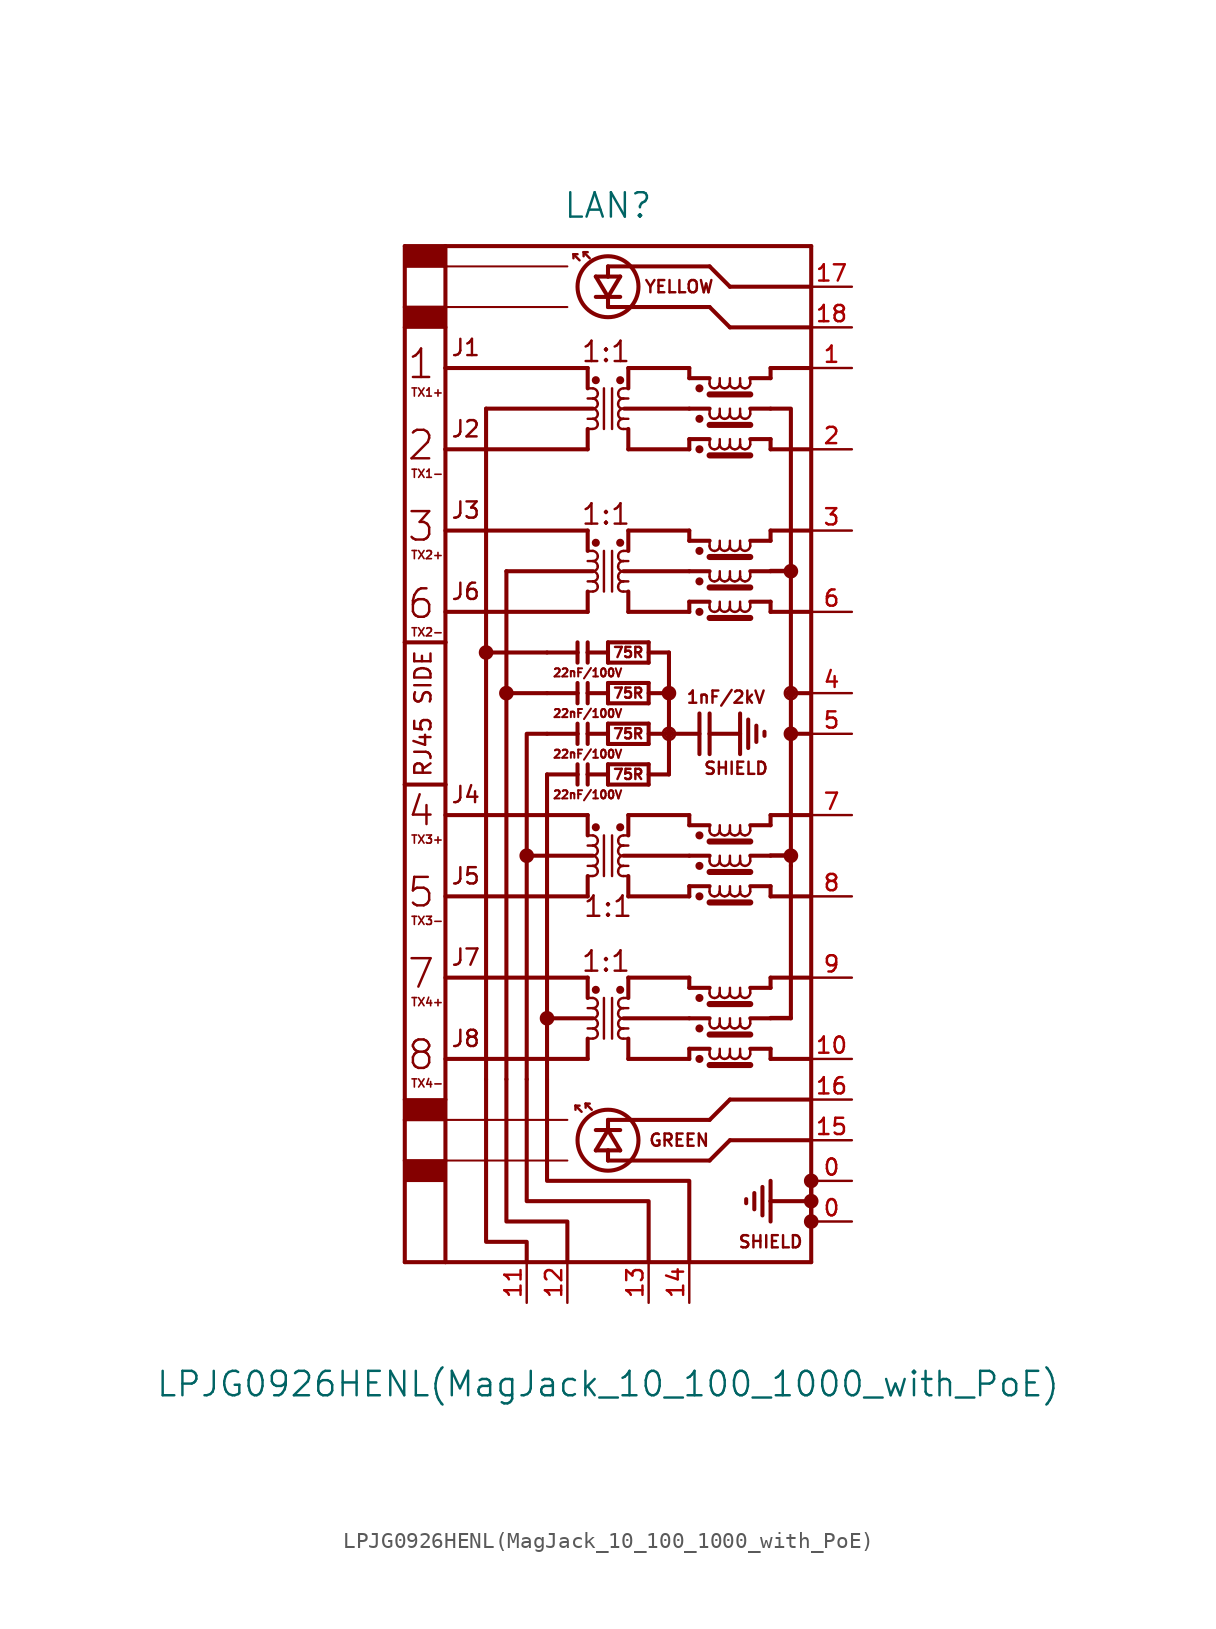
<source format=kicad_sym>
(kicad_symbol_lib
  (version 20211014)
  (generator kicad_symbol_editor)
  (symbol "LPJG0926HENL(MagJack_10_100_1000_with_PoE)"
    (pin_names hide)
    (property "Reference" "LAN"
      (at 0 35.56 0)
      (effects (font (size 1.524 1.524))))
    (property "Value" "LPJG0926HENL(MagJack_10_100_1000_with_PoE)"
      (at 0 -38.1 0)
      (effects (font (size 1.524 1.524))))
    (symbol "LPJG0926HENL(MagJack_10_100_1000_with_PoE)_0_1"
      (rectangle (start -12.7 -25.4) (end -10.16 -24.13) (stroke (width 0) (type default) (color 0 0 0 0)) (fill (type outline)))
      (rectangle (start -12.7 -21.59) (end -10.16 -20.32) (stroke (width 0) (type default) (color 0 0 0 0)) (fill (type outline)))
      (rectangle (start -12.7 27.94) (end -10.16 29.21) (stroke (width 0) (type default) (color 0 0 0 0)) (fill (type outline)))
      (rectangle (start -12.7 31.75) (end -10.16 33.02) (stroke (width 0) (type default) (color 0 0 0 0)) (fill (type outline)))
      (circle (center -7.62 7.62) (radius 0.381) (stroke (width 0) (type default) (color 0 0 0 0)) (fill (type outline)))
      (circle (center -6.35 5.08) (radius 0.381) (stroke (width 0) (type default) (color 0 0 0 0)) (fill (type outline)))
      (circle (center -5.08 -5.08) (radius 0.381) (stroke (width 0) (type default) (color 0 0 0 0)) (fill (type outline)))
      (circle (center -3.81 -15.24) (radius 0.381) (stroke (width 0) (type default) (color 0 0 0 0)) (fill (type outline)))
      (arc (start -0.9398 -16.51) (mid -0.7243 -16.4207) (end -0.635 -16.2052) (stroke (width 0) (type default) (color 0 0 0 0)) (fill (type none)))
      (arc (start -0.9398 -15.875) (mid -0.7243 -15.7857) (end -0.635 -15.5702) (stroke (width 0) (type default) (color 0 0 0 0)) (fill (type none)))
      (arc (start -0.9398 -15.24) (mid -0.7243 -15.1507) (end -0.635 -14.9352) (stroke (width 0) (type default) (color 0 0 0 0)) (fill (type none)))
      (arc (start -0.9398 -14.605) (mid -0.7243 -14.5157) (end -0.635 -14.3002) (stroke (width 0) (type default) (color 0 0 0 0)) (fill (type none)))
      (arc (start -0.9398 -6.35) (mid -0.7243 -6.2607) (end -0.635 -6.0452) (stroke (width 0) (type default) (color 0 0 0 0)) (fill (type none)))
      (arc (start -0.9398 -5.715) (mid -0.7243 -5.6257) (end -0.635 -5.4102) (stroke (width 0) (type default) (color 0 0 0 0)) (fill (type none)))
      (arc (start -0.9398 -5.08) (mid -0.7243 -4.9907) (end -0.635 -4.7752) (stroke (width 0) (type default) (color 0 0 0 0)) (fill (type none)))
      (arc (start -0.9398 -4.445) (mid -0.7243 -4.3557) (end -0.635 -4.1402) (stroke (width 0) (type default) (color 0 0 0 0)) (fill (type none)))
      (arc (start -0.9398 11.43) (mid -0.7243 11.5193) (end -0.635 11.7348) (stroke (width 0) (type default) (color 0 0 0 0)) (fill (type none)))
      (arc (start -0.9398 12.065) (mid -0.7243 12.1543) (end -0.635 12.3698) (stroke (width 0) (type default) (color 0 0 0 0)) (fill (type none)))
      (arc (start -0.9398 12.7) (mid -0.7243 12.7893) (end -0.635 13.0048) (stroke (width 0) (type default) (color 0 0 0 0)) (fill (type none)))
      (arc (start -0.9398 13.335) (mid -0.7243 13.4243) (end -0.635 13.6398) (stroke (width 0) (type default) (color 0 0 0 0)) (fill (type none)))
      (arc (start -0.9398 21.59) (mid -0.7243 21.6793) (end -0.635 21.8948) (stroke (width 0) (type default) (color 0 0 0 0)) (fill (type none)))
      (arc (start -0.9398 22.225) (mid -0.7243 22.3143) (end -0.635 22.5298) (stroke (width 0) (type default) (color 0 0 0 0)) (fill (type none)))
      (arc (start -0.9398 22.86) (mid -0.7243 22.9493) (end -0.635 23.1648) (stroke (width 0) (type default) (color 0 0 0 0)) (fill (type none)))
      (arc (start -0.9398 23.495) (mid -0.7243 23.5843) (end -0.635 23.7998) (stroke (width 0) (type default) (color 0 0 0 0)) (fill (type none)))
      (circle (center -0.762 -13.462) (radius 0.127) (stroke (width 0.254) (type default) (color 0 0 0 0)) (fill (type outline)))
      (circle (center -0.762 -3.302) (radius 0.127) (stroke (width 0.254) (type default) (color 0 0 0 0)) (fill (type outline)))
      (circle (center -0.762 14.478) (radius 0.127) (stroke (width 0.254) (type default) (color 0 0 0 0)) (fill (type outline)))
      (circle (center -0.762 24.638) (radius 0.127) (stroke (width 0.254) (type default) (color 0 0 0 0)) (fill (type outline)))
      (arc (start -0.635 -16.2052) (mid -0.7243 -15.9897) (end -0.9398 -15.875) (stroke (width 0) (type default) (color 0 0 0 0)) (fill (type none)))
      (arc (start -0.635 -15.5702) (mid -0.7243 -15.3547) (end -0.9398 -15.24) (stroke (width 0) (type default) (color 0 0 0 0)) (fill (type none)))
      (arc (start -0.635 -14.9352) (mid -0.7243 -14.7197) (end -0.9398 -14.605) (stroke (width 0) (type default) (color 0 0 0 0)) (fill (type none)))
      (arc (start -0.635 -14.3002) (mid -0.7243 -14.0847) (end -0.9398 -13.97) (stroke (width 0) (type default) (color 0 0 0 0)) (fill (type none)))
      (arc (start -0.635 -6.0452) (mid -0.7243 -5.8297) (end -0.9398 -5.715) (stroke (width 0) (type default) (color 0 0 0 0)) (fill (type none)))
      (arc (start -0.635 -5.4102) (mid -0.7243 -5.1947) (end -0.9398 -5.08) (stroke (width 0) (type default) (color 0 0 0 0)) (fill (type none)))
      (arc (start -0.635 -4.7752) (mid -0.7243 -4.5597) (end -0.9398 -4.445) (stroke (width 0) (type default) (color 0 0 0 0)) (fill (type none)))
      (arc (start -0.635 -4.1402) (mid -0.7243 -3.9247) (end -0.9398 -3.81) (stroke (width 0) (type default) (color 0 0 0 0)) (fill (type none)))
      (arc (start -0.635 11.7348) (mid -0.7243 11.9503) (end -0.9398 12.065) (stroke (width 0) (type default) (color 0 0 0 0)) (fill (type none)))
      (arc (start -0.635 12.3698) (mid -0.7243 12.5853) (end -0.9398 12.7) (stroke (width 0) (type default) (color 0 0 0 0)) (fill (type none)))
      (arc (start -0.635 13.0048) (mid -0.7243 13.2203) (end -0.9398 13.335) (stroke (width 0) (type default) (color 0 0 0 0)) (fill (type none)))
      (arc (start -0.635 13.6398) (mid -0.7243 13.8553) (end -0.9398 13.97) (stroke (width 0) (type default) (color 0 0 0 0)) (fill (type none)))
      (arc (start -0.635 21.8948) (mid -0.7243 22.1103) (end -0.9398 22.225) (stroke (width 0) (type default) (color 0 0 0 0)) (fill (type none)))
      (arc (start -0.635 22.5298) (mid -0.7243 22.7453) (end -0.9398 22.86) (stroke (width 0) (type default) (color 0 0 0 0)) (fill (type none)))
      (arc (start -0.635 23.1648) (mid -0.7243 23.3803) (end -0.9398 23.495) (stroke (width 0) (type default) (color 0 0 0 0)) (fill (type none)))
      (arc (start -0.635 23.7998) (mid -0.7243 24.0153) (end -0.9398 24.13) (stroke (width 0) (type default) (color 0 0 0 0)) (fill (type none)))
      (circle (center 0 -22.86) (radius 1.905) (stroke (width 0.254) (type default) (color 0 0 0 0)) (fill (type none)))
      (polyline (pts (xy -12.7 -30.48) (xy -10.16 -30.48)) (stroke (width 0.254) (type default) (color 0 0 0 0)) (fill (type none)))
      (polyline (pts (xy -12.7 -24.13) (xy -12.7 -30.48)) (stroke (width 0.254) (type default) (color 0 0 0 0)) (fill (type none)))
      (polyline (pts (xy -12.7 -21.59) (xy -12.7 -24.13)) (stroke (width 0.254) (type default) (color 0 0 0 0)) (fill (type none)))
      (polyline (pts (xy -12.7 -20.32) (xy -12.7 -21.59)) (stroke (width 0.254) (type default) (color 0 0 0 0)) (fill (type none)))
      (polyline (pts (xy -12.7 -20.32) (xy -10.16 -20.32)) (stroke (width 0) (type default) (color 0 0 0 0)) (fill (type none)))
      (polyline (pts (xy -12.7 -0.635) (xy -12.7 -20.32)) (stroke (width 0.254) (type default) (color 0 0 0 0)) (fill (type none)))
      (polyline (pts (xy -12.7 -0.635) (xy -10.16 -0.635)) (stroke (width 0.254) (type default) (color 0 0 0 0)) (fill (type none)))
      (polyline (pts (xy -12.7 8.255) (xy -12.7 -0.635)) (stroke (width 0.254) (type default) (color 0 0 0 0)) (fill (type none)))
      (polyline (pts (xy -12.7 8.255) (xy -10.16 8.255)) (stroke (width 0.254) (type default) (color 0 0 0 0)) (fill (type none)))
      (polyline (pts (xy -12.7 27.94) (xy -12.7 8.255)) (stroke (width 0.254) (type default) (color 0 0 0 0)) (fill (type none)))
      (polyline (pts (xy -12.7 29.21) (xy -12.7 27.94)) (stroke (width 0.254) (type default) (color 0 0 0 0)) (fill (type none)))
      (polyline (pts (xy -12.7 33.02) (xy -12.7 29.21)) (stroke (width 0.254) (type default) (color 0 0 0 0)) (fill (type none)))
      (polyline (pts (xy -10.16 -30.48) (xy -10.16 -24.13)) (stroke (width 0.254) (type default) (color 0 0 0 0)) (fill (type none)))
      (polyline (pts (xy -10.16 -24.13) (xy -12.7 -24.13)) (stroke (width 0) (type default) (color 0 0 0 0)) (fill (type none)))
      (polyline (pts (xy -10.16 -24.13) (xy -10.16 -21.59)) (stroke (width 0.254) (type default) (color 0 0 0 0)) (fill (type none)))
      (polyline (pts (xy -10.16 -24.13) (xy -2.54 -24.13)) (stroke (width 0.127) (type default) (color 0 0 0 0)) (fill (type none)))
      (polyline (pts (xy -10.16 -21.59) (xy -12.7 -21.59)) (stroke (width 0) (type default) (color 0 0 0 0)) (fill (type none)))
      (polyline (pts (xy -10.16 -21.59) (xy -10.16 -20.32)) (stroke (width 0.254) (type default) (color 0 0 0 0)) (fill (type none)))
      (polyline (pts (xy -10.16 -21.59) (xy -2.54 -21.59)) (stroke (width 0.127) (type default) (color 0 0 0 0)) (fill (type none)))
      (polyline (pts (xy -10.16 -20.32) (xy -10.16 -0.635)) (stroke (width 0.254) (type default) (color 0 0 0 0)) (fill (type none)))
      (polyline (pts (xy -10.16 -17.78) (xy -1.27 -17.78)) (stroke (width 0.254) (type default) (color 0 0 0 0)) (fill (type none)))
      (polyline (pts (xy -10.16 -12.7) (xy -1.27 -12.7)) (stroke (width 0.254) (type default) (color 0 0 0 0)) (fill (type none)))
      (polyline (pts (xy -10.16 -7.62) (xy -1.27 -7.62)) (stroke (width 0.254) (type default) (color 0 0 0 0)) (fill (type none)))
      (polyline (pts (xy -10.16 -2.54) (xy -1.27 -2.54)) (stroke (width 0.254) (type default) (color 0 0 0 0)) (fill (type none)))
      (polyline (pts (xy -10.16 -0.635) (xy -10.16 8.255)) (stroke (width 0.254) (type default) (color 0 0 0 0)) (fill (type none)))
      (polyline (pts (xy -10.16 8.255) (xy -10.16 20.32)) (stroke (width 0.254) (type default) (color 0 0 0 0)) (fill (type none)))
      (polyline (pts (xy -10.16 10.16) (xy -1.27 10.16)) (stroke (width 0.254) (type default) (color 0 0 0 0)) (fill (type none)))
      (polyline (pts (xy -10.16 15.24) (xy -1.27 15.24)) (stroke (width 0.254) (type default) (color 0 0 0 0)) (fill (type none)))
      (polyline (pts (xy -10.16 20.32) (xy -10.16 25.4)) (stroke (width 0.254) (type default) (color 0 0 0 0)) (fill (type none)))
      (polyline (pts (xy -10.16 20.32) (xy -1.27 20.32)) (stroke (width 0.254) (type default) (color 0 0 0 0)) (fill (type none)))
      (polyline (pts (xy -10.16 25.4) (xy -10.16 27.94)) (stroke (width 0.254) (type default) (color 0 0 0 0)) (fill (type none)))
      (polyline (pts (xy -10.16 25.4) (xy -1.27 25.4)) (stroke (width 0.254) (type default) (color 0 0 0 0)) (fill (type none)))
      (polyline (pts (xy -10.16 27.94) (xy -12.7 27.94)) (stroke (width 0) (type default) (color 0 0 0 0)) (fill (type none)))
      (polyline (pts (xy -10.16 27.94) (xy -10.16 29.21)) (stroke (width 0.254) (type default) (color 0 0 0 0)) (fill (type none)))
      (polyline (pts (xy -10.16 29.21) (xy -12.7 29.21)) (stroke (width 0) (type default) (color 0 0 0 0)) (fill (type none)))
      (polyline (pts (xy -10.16 29.21) (xy -10.16 31.75)) (stroke (width 0.254) (type default) (color 0 0 0 0)) (fill (type none)))
      (polyline (pts (xy -10.16 29.21) (xy -2.54 29.21)) (stroke (width 0.127) (type default) (color 0 0 0 0)) (fill (type none)))
      (polyline (pts (xy -10.16 31.75) (xy -12.7 31.75)) (stroke (width 0) (type default) (color 0 0 0 0)) (fill (type none)))
      (polyline (pts (xy -10.16 31.75) (xy -10.16 33.02)) (stroke (width 0.254) (type default) (color 0 0 0 0)) (fill (type none)))
      (polyline (pts (xy -10.16 31.75) (xy -2.54 31.75)) (stroke (width 0.127) (type default) (color 0 0 0 0)) (fill (type none)))
      (polyline (pts (xy -10.16 33.02) (xy -12.7 33.02)) (stroke (width 0.254) (type default) (color 0 0 0 0)) (fill (type none)))
      (polyline (pts (xy -10.16 33.02) (xy 12.7 33.02)) (stroke (width 0.254) (type default) (color 0 0 0 0)) (fill (type none)))
      (polyline (pts (xy -7.62 22.86) (xy -7.62 -19.05)) (stroke (width 0.254) (type default) (color 0 0 0 0)) (fill (type none)))
      (polyline (pts (xy -6.35 12.7) (xy -6.35 -19.05)) (stroke (width 0.254) (type default) (color 0 0 0 0)) (fill (type none)))
      (polyline (pts (xy -5.08 -5.08) (xy -5.08 -19.05)) (stroke (width 0.254) (type default) (color 0 0 0 0)) (fill (type none)))
      (polyline (pts (xy -3.81 -15.24) (xy -3.81 -19.05)) (stroke (width 0.254) (type default) (color 0 0 0 0)) (fill (type none)))
      (polyline (pts (xy -3.81 -15.24) (xy -3.81 0)) (stroke (width 0.254) (type default) (color 0 0 0 0)) (fill (type none)))
      (polyline (pts (xy -3.81 5.08) (xy -6.35 5.08)) (stroke (width 0.254) (type default) (color 0 0 0 0)) (fill (type none)))
      (polyline (pts (xy -3.81 7.62) (xy -7.62 7.62)) (stroke (width 0.254) (type default) (color 0 0 0 0)) (fill (type none)))
      (polyline (pts (xy -2.159 32.512) (xy -2.159 32.258)) (stroke (width 0) (type default) (color 0 0 0 0)) (fill (type none)))
      (polyline (pts (xy -2.032 -20.701) (xy -2.032 -20.955)) (stroke (width 0) (type default) (color 0 0 0 0)) (fill (type none)))
      (polyline (pts (xy -1.905 -0.635) (xy -1.905 0)) (stroke (width 0.254) (type default) (color 0 0 0 0)) (fill (type none)))
      (polyline (pts (xy -1.905 0) (xy -3.81 0)) (stroke (width 0.254) (type default) (color 0 0 0 0)) (fill (type none)))
      (polyline (pts (xy -1.905 0) (xy -1.905 0.635)) (stroke (width 0.254) (type default) (color 0 0 0 0)) (fill (type none)))
      (polyline (pts (xy -1.905 1.905) (xy -1.905 2.54)) (stroke (width 0.254) (type default) (color 0 0 0 0)) (fill (type none)))
      (polyline (pts (xy -1.905 2.54) (xy -3.81 2.54)) (stroke (width 0.254) (type default) (color 0 0 0 0)) (fill (type none)))
      (polyline (pts (xy -1.905 2.54) (xy -1.905 3.175)) (stroke (width 0.254) (type default) (color 0 0 0 0)) (fill (type none)))
      (polyline (pts (xy -1.905 4.445) (xy -1.905 5.08)) (stroke (width 0.254) (type default) (color 0 0 0 0)) (fill (type none)))
      (polyline (pts (xy -1.905 5.08) (xy -3.81 5.08)) (stroke (width 0.254) (type default) (color 0 0 0 0)) (fill (type none)))
      (polyline (pts (xy -1.905 5.08) (xy -1.905 5.715)) (stroke (width 0.254) (type default) (color 0 0 0 0)) (fill (type none)))
      (polyline (pts (xy -1.905 6.985) (xy -1.905 7.62)) (stroke (width 0.254) (type default) (color 0 0 0 0)) (fill (type none)))
      (polyline (pts (xy -1.905 7.62) (xy -3.81 7.62)) (stroke (width 0.254) (type default) (color 0 0 0 0)) (fill (type none)))
      (polyline (pts (xy -1.905 7.62) (xy -1.905 8.255)) (stroke (width 0.254) (type default) (color 0 0 0 0)) (fill (type none)))
      (polyline (pts (xy -1.905 32.512) (xy -2.159 32.512)) (stroke (width 0) (type default) (color 0 0 0 0)) (fill (type none)))
      (polyline (pts (xy -1.778 -20.701) (xy -2.032 -20.701)) (stroke (width 0) (type default) (color 0 0 0 0)) (fill (type none)))
      (polyline (pts (xy -1.778 32.131) (xy -2.159 32.512)) (stroke (width 0) (type default) (color 0 0 0 0)) (fill (type none)))
      (polyline (pts (xy -1.651 -21.082) (xy -2.032 -20.701)) (stroke (width 0) (type default) (color 0 0 0 0)) (fill (type none)))
      (polyline (pts (xy -1.524 32.639) (xy -1.524 32.385)) (stroke (width 0) (type default) (color 0 0 0 0)) (fill (type none)))
      (polyline (pts (xy -1.524 32.639) (xy -1.27 32.639)) (stroke (width 0) (type default) (color 0 0 0 0)) (fill (type none)))
      (polyline (pts (xy -1.397 -20.574) (xy -1.397 -20.828)) (stroke (width 0) (type default) (color 0 0 0 0)) (fill (type none)))
      (polyline (pts (xy -1.397 -20.574) (xy -1.143 -20.574)) (stroke (width 0) (type default) (color 0 0 0 0)) (fill (type none)))
      (polyline (pts (xy -1.27 -17.78) (xy -1.27 -16.51)) (stroke (width 0.254) (type default) (color 0 0 0 0)) (fill (type none)))
      (polyline (pts (xy -1.27 -15.875) (xy -0.94 -15.875)) (stroke (width 0) (type default) (color 0 0 0 0)) (fill (type none)))
      (polyline (pts (xy -1.27 -14.605) (xy -0.94 -14.605)) (stroke (width 0) (type default) (color 0 0 0 0)) (fill (type none)))
      (polyline (pts (xy -1.27 -13.97) (xy -0.94 -13.97)) (stroke (width 0) (type default) (color 0 0 0 0)) (fill (type none)))
      (polyline (pts (xy -1.27 -12.7) (xy -1.27 -13.97)) (stroke (width 0.254) (type default) (color 0 0 0 0)) (fill (type none)))
      (polyline (pts (xy -1.27 -7.62) (xy -1.27 -6.35)) (stroke (width 0.254) (type default) (color 0 0 0 0)) (fill (type none)))
      (polyline (pts (xy -1.27 -5.715) (xy -0.94 -5.715)) (stroke (width 0) (type default) (color 0 0 0 0)) (fill (type none)))
      (polyline (pts (xy -1.27 -4.445) (xy -0.94 -4.445)) (stroke (width 0) (type default) (color 0 0 0 0)) (fill (type none)))
      (polyline (pts (xy -1.27 -3.81) (xy -0.94 -3.81)) (stroke (width 0) (type default) (color 0 0 0 0)) (fill (type none)))
      (polyline (pts (xy -1.27 -2.54) (xy -1.27 -3.81)) (stroke (width 0.254) (type default) (color 0 0 0 0)) (fill (type none)))
      (polyline (pts (xy -1.27 -0.635) (xy -1.27 0)) (stroke (width 0.254) (type default) (color 0 0 0 0)) (fill (type none)))
      (polyline (pts (xy -1.27 0) (xy -1.27 0.635)) (stroke (width 0.254) (type default) (color 0 0 0 0)) (fill (type none)))
      (polyline (pts (xy -1.27 1.905) (xy -1.27 2.54)) (stroke (width 0.254) (type default) (color 0 0 0 0)) (fill (type none)))
      (polyline (pts (xy -1.27 2.54) (xy -1.27 3.175)) (stroke (width 0.254) (type default) (color 0 0 0 0)) (fill (type none)))
      (polyline (pts (xy -1.27 4.445) (xy -1.27 5.08)) (stroke (width 0.254) (type default) (color 0 0 0 0)) (fill (type none)))
      (polyline (pts (xy -1.27 5.08) (xy -1.27 5.715)) (stroke (width 0.254) (type default) (color 0 0 0 0)) (fill (type none)))
      (polyline (pts (xy -1.27 6.985) (xy -1.27 7.62)) (stroke (width 0.254) (type default) (color 0 0 0 0)) (fill (type none)))
      (polyline (pts (xy -1.27 7.62) (xy -1.27 8.255)) (stroke (width 0.254) (type default) (color 0 0 0 0)) (fill (type none)))
      (polyline (pts (xy -1.27 10.16) (xy -1.27 11.43)) (stroke (width 0.254) (type default) (color 0 0 0 0)) (fill (type none)))
      (polyline (pts (xy -1.27 12.065) (xy -0.94 12.065)) (stroke (width 0) (type default) (color 0 0 0 0)) (fill (type none)))
      (polyline (pts (xy -1.27 13.335) (xy -0.94 13.335)) (stroke (width 0) (type default) (color 0 0 0 0)) (fill (type none)))
      (polyline (pts (xy -1.27 13.97) (xy -0.94 13.97)) (stroke (width 0) (type default) (color 0 0 0 0)) (fill (type none)))
      (polyline (pts (xy -1.27 15.24) (xy -1.27 13.97)) (stroke (width 0.254) (type default) (color 0 0 0 0)) (fill (type none)))
      (polyline (pts (xy -1.27 20.32) (xy -1.27 21.59)) (stroke (width 0.254) (type default) (color 0 0 0 0)) (fill (type none)))
      (polyline (pts (xy -1.27 22.225) (xy -0.94 22.225)) (stroke (width 0) (type default) (color 0 0 0 0)) (fill (type none)))
      (polyline (pts (xy -1.27 23.495) (xy -0.94 23.495)) (stroke (width 0) (type default) (color 0 0 0 0)) (fill (type none)))
      (polyline (pts (xy -1.27 24.13) (xy -0.94 24.13)) (stroke (width 0) (type default) (color 0 0 0 0)) (fill (type none)))
      (polyline (pts (xy -1.27 25.4) (xy -1.27 24.13)) (stroke (width 0.254) (type default) (color 0 0 0 0)) (fill (type none)))
      (polyline (pts (xy -1.143 32.258) (xy -1.524 32.639)) (stroke (width 0) (type default) (color 0 0 0 0)) (fill (type none)))
      (polyline (pts (xy -1.016 -20.955) (xy -1.397 -20.574)) (stroke (width 0) (type default) (color 0 0 0 0)) (fill (type none)))
      (polyline (pts (xy -0.94 -16.51) (xy -1.27 -16.51)) (stroke (width 0) (type default) (color 0 0 0 0)) (fill (type none)))
      (polyline (pts (xy -0.94 -15.24) (xy -3.81 -15.24)) (stroke (width 0.254) (type default) (color 0 0 0 0)) (fill (type none)))
      (polyline (pts (xy -0.94 -6.35) (xy -1.27 -6.35)) (stroke (width 0) (type default) (color 0 0 0 0)) (fill (type none)))
      (polyline (pts (xy -0.94 -5.08) (xy -5.08 -5.08)) (stroke (width 0.254) (type default) (color 0 0 0 0)) (fill (type none)))
      (polyline (pts (xy -0.94 11.43) (xy -1.27 11.43)) (stroke (width 0) (type default) (color 0 0 0 0)) (fill (type none)))
      (polyline (pts (xy -0.94 12.7) (xy -6.35 12.7)) (stroke (width 0.254) (type default) (color 0 0 0 0)) (fill (type none)))
      (polyline (pts (xy -0.94 21.59) (xy -1.27 21.59)) (stroke (width 0) (type default) (color 0 0 0 0)) (fill (type none)))
      (polyline (pts (xy -0.94 22.86) (xy -7.62 22.86)) (stroke (width 0.254) (type default) (color 0 0 0 0)) (fill (type none)))
      (polyline (pts (xy -0.762 -23.495) (xy 0 -23.495)) (stroke (width 0.254) (type default) (color 0 0 0 0)) (fill (type none)))
      (polyline (pts (xy -0.762 -23.495) (xy 0 -22.225)) (stroke (width 0.254) (type default) (color 0 0 0 0)) (fill (type none)))
      (polyline (pts (xy -0.762 -22.225) (xy 0 -22.225)) (stroke (width 0.254) (type default) (color 0 0 0 0)) (fill (type none)))
      (polyline (pts (xy -0.254 -13.97) (xy -0.254 -16.51)) (stroke (width 0) (type default) (color 0 0 0 0)) (fill (type none)))
      (polyline (pts (xy -0.254 -3.81) (xy -0.254 -6.35)) (stroke (width 0) (type default) (color 0 0 0 0)) (fill (type none)))
      (polyline (pts (xy -0.254 13.97) (xy -0.254 11.43)) (stroke (width 0) (type default) (color 0 0 0 0)) (fill (type none)))
      (polyline (pts (xy -0.254 24.13) (xy -0.254 21.59)) (stroke (width 0) (type default) (color 0 0 0 0)) (fill (type none)))
      (polyline (pts (xy 0 -24.13) (xy 6.35 -24.13)) (stroke (width 0.254) (type default) (color 0 0 0 0)) (fill (type none)))
      (polyline (pts (xy 0 -23.495) (xy 0 -24.13)) (stroke (width 0.254) (type default) (color 0 0 0 0)) (fill (type none)))
      (polyline (pts (xy 0 -23.495) (xy 0.762 -23.495)) (stroke (width 0.254) (type default) (color 0 0 0 0)) (fill (type none)))
      (polyline (pts (xy 0 -22.225) (xy 0 -21.59)) (stroke (width 0.254) (type default) (color 0 0 0 0)) (fill (type none)))
      (polyline (pts (xy 0 -22.225) (xy 0.762 -23.495)) (stroke (width 0.254) (type default) (color 0 0 0 0)) (fill (type none)))
      (polyline (pts (xy 0 -22.225) (xy 0.762 -22.225)) (stroke (width 0.254) (type default) (color 0 0 0 0)) (fill (type none)))
      (polyline (pts (xy 0 -21.59) (xy 6.35 -21.59)) (stroke (width 0.254) (type default) (color 0 0 0 0)) (fill (type none)))
      (polyline (pts (xy 0 -0.635) (xy 0 0)) (stroke (width 0.254) (type default) (color 0 0 0 0)) (fill (type none)))
      (polyline (pts (xy 0 0) (xy -1.27 0)) (stroke (width 0.254) (type default) (color 0 0 0 0)) (fill (type none)))
      (polyline (pts (xy 0 0) (xy 0 0.635)) (stroke (width 0.254) (type default) (color 0 0 0 0)) (fill (type none)))
      (polyline (pts (xy 0 0.635) (xy 2.54 0.635)) (stroke (width 0.254) (type default) (color 0 0 0 0)) (fill (type none)))
      (polyline (pts (xy 0 1.905) (xy 0 2.54)) (stroke (width 0.254) (type default) (color 0 0 0 0)) (fill (type none)))
      (polyline (pts (xy 0 2.54) (xy -1.27 2.54)) (stroke (width 0.254) (type default) (color 0 0 0 0)) (fill (type none)))
      (polyline (pts (xy 0 2.54) (xy 0 3.175)) (stroke (width 0.254) (type default) (color 0 0 0 0)) (fill (type none)))
      (polyline (pts (xy 0 3.175) (xy 2.54 3.175)) (stroke (width 0.254) (type default) (color 0 0 0 0)) (fill (type none)))
      (polyline (pts (xy 0 4.445) (xy 0 5.08)) (stroke (width 0.254) (type default) (color 0 0 0 0)) (fill (type none)))
      (polyline (pts (xy 0 5.08) (xy -1.27 5.08)) (stroke (width 0.254) (type default) (color 0 0 0 0)) (fill (type none)))
      (polyline (pts (xy 0 5.08) (xy 0 5.715)) (stroke (width 0.254) (type default) (color 0 0 0 0)) (fill (type none)))
      (polyline (pts (xy 0 5.715) (xy 2.54 5.715)) (stroke (width 0.254) (type default) (color 0 0 0 0)) (fill (type none)))
      (polyline (pts (xy 0 6.985) (xy 0 7.62)) (stroke (width 0.254) (type default) (color 0 0 0 0)) (fill (type none)))
      (polyline (pts (xy 0 7.62) (xy -1.27 7.62)) (stroke (width 0.254) (type default) (color 0 0 0 0)) (fill (type none)))
      (polyline (pts (xy 0 7.62) (xy 0 8.255)) (stroke (width 0.254) (type default) (color 0 0 0 0)) (fill (type none)))
      (polyline (pts (xy 0 8.255) (xy 2.54 8.255)) (stroke (width 0.254) (type default) (color 0 0 0 0)) (fill (type none)))
      (polyline (pts (xy 0 29.21) (xy 6.35 29.21)) (stroke (width 0.254) (type default) (color 0 0 0 0)) (fill (type none)))
      (polyline (pts (xy 0 29.845) (xy -0.762 29.845)) (stroke (width 0.254) (type default) (color 0 0 0 0)) (fill (type none)))
      (polyline (pts (xy 0 29.845) (xy -0.762 31.115)) (stroke (width 0.254) (type default) (color 0 0 0 0)) (fill (type none)))
      (polyline (pts (xy 0 29.845) (xy 0 29.21)) (stroke (width 0.254) (type default) (color 0 0 0 0)) (fill (type none)))
      (polyline (pts (xy 0 31.115) (xy -0.762 31.115)) (stroke (width 0.254) (type default) (color 0 0 0 0)) (fill (type none)))
      (polyline (pts (xy 0 31.115) (xy 0 31.75)) (stroke (width 0.254) (type default) (color 0 0 0 0)) (fill (type none)))
      (polyline (pts (xy 0 31.75) (xy 6.35 31.75)) (stroke (width 0.254) (type default) (color 0 0 0 0)) (fill (type none)))
      (polyline (pts (xy 0.254 -13.97) (xy 0.254 -16.51)) (stroke (width 0) (type default) (color 0 0 0 0)) (fill (type none)))
      (polyline (pts (xy 0.254 -3.81) (xy 0.254 -6.35)) (stroke (width 0) (type default) (color 0 0 0 0)) (fill (type none)))
      (polyline (pts (xy 0.254 13.97) (xy 0.254 11.43)) (stroke (width 0) (type default) (color 0 0 0 0)) (fill (type none)))
      (polyline (pts (xy 0.254 24.13) (xy 0.254 21.59)) (stroke (width 0) (type default) (color 0 0 0 0)) (fill (type none)))
      (polyline (pts (xy 0.762 29.845) (xy 0 29.845)) (stroke (width 0.254) (type default) (color 0 0 0 0)) (fill (type none)))
      (polyline (pts (xy 0.762 31.115) (xy 0 29.845)) (stroke (width 0.254) (type default) (color 0 0 0 0)) (fill (type none)))
      (polyline (pts (xy 0.762 31.115) (xy 0 31.115)) (stroke (width 0.254) (type default) (color 0 0 0 0)) (fill (type none)))
      (polyline (pts (xy 0.965 -16.51) (xy 1.27 -16.51)) (stroke (width 0) (type default) (color 0 0 0 0)) (fill (type none)))
      (polyline (pts (xy 0.965 -15.24) (xy 5.08 -15.24)) (stroke (width 0.254) (type default) (color 0 0 0 0)) (fill (type none)))
      (polyline (pts (xy 0.965 -6.35) (xy 1.27 -6.35)) (stroke (width 0) (type default) (color 0 0 0 0)) (fill (type none)))
      (polyline (pts (xy 0.965 -5.08) (xy 5.08 -5.08)) (stroke (width 0.254) (type default) (color 0 0 0 0)) (fill (type none)))
      (polyline (pts (xy 0.965 11.43) (xy 1.27 11.43)) (stroke (width 0) (type default) (color 0 0 0 0)) (fill (type none)))
      (polyline (pts (xy 0.965 12.7) (xy 5.08 12.7)) (stroke (width 0.254) (type default) (color 0 0 0 0)) (fill (type none)))
      (polyline (pts (xy 0.965 21.59) (xy 1.27 21.59)) (stroke (width 0) (type default) (color 0 0 0 0)) (fill (type none)))
      (polyline (pts (xy 1.016 22.86) (xy 5.08 22.86)) (stroke (width 0.254) (type default) (color 0 0 0 0)) (fill (type none)))
      (polyline (pts (xy 1.27 -17.78) (xy 1.27 -16.51)) (stroke (width 0.254) (type default) (color 0 0 0 0)) (fill (type none)))
      (polyline (pts (xy 1.27 -15.875) (xy 0.965 -15.875)) (stroke (width 0) (type default) (color 0 0 0 0)) (fill (type none)))
      (polyline (pts (xy 1.27 -14.605) (xy 0.965 -14.605)) (stroke (width 0) (type default) (color 0 0 0 0)) (fill (type none)))
      (polyline (pts (xy 1.27 -13.97) (xy 0.965 -13.97)) (stroke (width 0) (type default) (color 0 0 0 0)) (fill (type none)))
      (polyline (pts (xy 1.27 -12.7) (xy 1.27 -13.97)) (stroke (width 0.254) (type default) (color 0 0 0 0)) (fill (type none)))
      (polyline (pts (xy 1.27 -7.62) (xy 1.27 -6.35)) (stroke (width 0.254) (type default) (color 0 0 0 0)) (fill (type none)))
      (polyline (pts (xy 1.27 -5.715) (xy 0.965 -5.715)) (stroke (width 0) (type default) (color 0 0 0 0)) (fill (type none)))
      (polyline (pts (xy 1.27 -4.445) (xy 0.965 -4.445)) (stroke (width 0) (type default) (color 0 0 0 0)) (fill (type none)))
      (polyline (pts (xy 1.27 -3.81) (xy 0.965 -3.81)) (stroke (width 0) (type default) (color 0 0 0 0)) (fill (type none)))
      (polyline (pts (xy 1.27 -2.54) (xy 1.27 -3.81)) (stroke (width 0.254) (type default) (color 0 0 0 0)) (fill (type none)))
      (polyline (pts (xy 1.27 10.16) (xy 1.27 11.43)) (stroke (width 0.254) (type default) (color 0 0 0 0)) (fill (type none)))
      (polyline (pts (xy 1.27 12.065) (xy 0.965 12.065)) (stroke (width 0) (type default) (color 0 0 0 0)) (fill (type none)))
      (polyline (pts (xy 1.27 13.335) (xy 0.965 13.335)) (stroke (width 0) (type default) (color 0 0 0 0)) (fill (type none)))
      (polyline (pts (xy 1.27 13.97) (xy 0.965 13.97)) (stroke (width 0) (type default) (color 0 0 0 0)) (fill (type none)))
      (polyline (pts (xy 1.27 15.24) (xy 1.27 13.97)) (stroke (width 0.254) (type default) (color 0 0 0 0)) (fill (type none)))
      (polyline (pts (xy 1.27 20.32) (xy 1.27 21.59)) (stroke (width 0.254) (type default) (color 0 0 0 0)) (fill (type none)))
      (polyline (pts (xy 1.27 22.225) (xy 0.965 22.225)) (stroke (width 0) (type default) (color 0 0 0 0)) (fill (type none)))
      (polyline (pts (xy 1.27 23.495) (xy 0.965 23.495)) (stroke (width 0) (type default) (color 0 0 0 0)) (fill (type none)))
      (polyline (pts (xy 1.27 24.13) (xy 0.965 24.13)) (stroke (width 0) (type default) (color 0 0 0 0)) (fill (type none)))
      (polyline (pts (xy 1.27 25.4) (xy 1.27 24.13)) (stroke (width 0.254) (type default) (color 0 0 0 0)) (fill (type none)))
      (polyline (pts (xy 2.54 -0.635) (xy 0 -0.635)) (stroke (width 0.254) (type default) (color 0 0 0 0)) (fill (type none)))
      (polyline (pts (xy 2.54 0.635) (xy 2.54 -0.635)) (stroke (width 0.254) (type default) (color 0 0 0 0)) (fill (type none)))
      (polyline (pts (xy 2.54 1.905) (xy 0 1.905)) (stroke (width 0.254) (type default) (color 0 0 0 0)) (fill (type none)))
      (polyline (pts (xy 2.54 3.175) (xy 2.54 1.905)) (stroke (width 0.254) (type default) (color 0 0 0 0)) (fill (type none)))
      (polyline (pts (xy 2.54 4.445) (xy 0 4.445)) (stroke (width 0.254) (type default) (color 0 0 0 0)) (fill (type none)))
      (polyline (pts (xy 2.54 5.715) (xy 2.54 4.445)) (stroke (width 0.254) (type default) (color 0 0 0 0)) (fill (type none)))
      (polyline (pts (xy 2.54 6.985) (xy 0 6.985)) (stroke (width 0.254) (type default) (color 0 0 0 0)) (fill (type none)))
      (polyline (pts (xy 2.54 8.255) (xy 2.54 6.985)) (stroke (width 0.254) (type default) (color 0 0 0 0)) (fill (type none)))
      (polyline (pts (xy 3.81 0) (xy 2.54 0)) (stroke (width 0.254) (type default) (color 0 0 0 0)) (fill (type none)))
      (polyline (pts (xy 3.81 2.54) (xy 2.54 2.54)) (stroke (width 0.254) (type default) (color 0 0 0 0)) (fill (type none)))
      (polyline (pts (xy 3.81 2.54) (xy 5.715 2.54)) (stroke (width 0.254) (type default) (color 0 0 0 0)) (fill (type none)))
      (polyline (pts (xy 3.81 5.08) (xy 2.54 5.08)) (stroke (width 0.254) (type default) (color 0 0 0 0)) (fill (type none)))
      (polyline (pts (xy 3.81 7.62) (xy 2.54 7.62)) (stroke (width 0.254) (type default) (color 0 0 0 0)) (fill (type none)))
      (polyline (pts (xy 3.81 7.62) (xy 3.81 0)) (stroke (width 0.254) (type default) (color 0 0 0 0)) (fill (type none)))
      (polyline (pts (xy 5.08 -17.78) (xy 1.27 -17.78)) (stroke (width 0.254) (type default) (color 0 0 0 0)) (fill (type none)))
      (polyline (pts (xy 5.08 -17.145) (xy 5.08 -17.78)) (stroke (width 0.254) (type default) (color 0 0 0 0)) (fill (type none)))
      (polyline (pts (xy 5.08 -17.145) (xy 6.35 -17.145)) (stroke (width 0.254) (type default) (color 0 0 0 0)) (fill (type none)))
      (polyline (pts (xy 5.08 -15.24) (xy 6.35 -15.24)) (stroke (width 0.254) (type default) (color 0 0 0 0)) (fill (type none)))
      (polyline (pts (xy 5.08 -13.335) (xy 5.08 -12.7)) (stroke (width 0.254) (type default) (color 0 0 0 0)) (fill (type none)))
      (polyline (pts (xy 5.08 -13.335) (xy 6.35 -13.335)) (stroke (width 0.254) (type default) (color 0 0 0 0)) (fill (type none)))
      (polyline (pts (xy 5.08 -12.7) (xy 1.27 -12.7)) (stroke (width 0.254) (type default) (color 0 0 0 0)) (fill (type none)))
      (polyline (pts (xy 5.08 -7.62) (xy 1.27 -7.62)) (stroke (width 0.254) (type default) (color 0 0 0 0)) (fill (type none)))
      (polyline (pts (xy 5.08 -6.985) (xy 5.08 -7.62)) (stroke (width 0.254) (type default) (color 0 0 0 0)) (fill (type none)))
      (polyline (pts (xy 5.08 -6.985) (xy 6.35 -6.985)) (stroke (width 0.254) (type default) (color 0 0 0 0)) (fill (type none)))
      (polyline (pts (xy 5.08 -5.08) (xy 6.35 -5.08)) (stroke (width 0.254) (type default) (color 0 0 0 0)) (fill (type none)))
      (polyline (pts (xy 5.08 -3.175) (xy 5.08 -2.54)) (stroke (width 0.254) (type default) (color 0 0 0 0)) (fill (type none)))
      (polyline (pts (xy 5.08 -3.175) (xy 6.35 -3.175)) (stroke (width 0.254) (type default) (color 0 0 0 0)) (fill (type none)))
      (polyline (pts (xy 5.08 -2.54) (xy 1.27 -2.54)) (stroke (width 0.254) (type default) (color 0 0 0 0)) (fill (type none)))
      (polyline (pts (xy 5.08 10.16) (xy 1.27 10.16)) (stroke (width 0.254) (type default) (color 0 0 0 0)) (fill (type none)))
      (polyline (pts (xy 5.08 10.795) (xy 5.08 10.16)) (stroke (width 0.254) (type default) (color 0 0 0 0)) (fill (type none)))
      (polyline (pts (xy 5.08 10.795) (xy 6.35 10.795)) (stroke (width 0.254) (type default) (color 0 0 0 0)) (fill (type none)))
      (polyline (pts (xy 5.08 12.7) (xy 6.35 12.7)) (stroke (width 0.254) (type default) (color 0 0 0 0)) (fill (type none)))
      (polyline (pts (xy 5.08 14.605) (xy 5.08 15.24)) (stroke (width 0.254) (type default) (color 0 0 0 0)) (fill (type none)))
      (polyline (pts (xy 5.08 14.605) (xy 6.35 14.605)) (stroke (width 0.254) (type default) (color 0 0 0 0)) (fill (type none)))
      (polyline (pts (xy 5.08 15.24) (xy 1.27 15.24)) (stroke (width 0.254) (type default) (color 0 0 0 0)) (fill (type none)))
      (polyline (pts (xy 5.08 20.32) (xy 1.27 20.32)) (stroke (width 0.254) (type default) (color 0 0 0 0)) (fill (type none)))
      (polyline (pts (xy 5.08 20.955) (xy 5.08 20.32)) (stroke (width 0.254) (type default) (color 0 0 0 0)) (fill (type none)))
      (polyline (pts (xy 5.08 20.955) (xy 6.35 20.955)) (stroke (width 0.254) (type default) (color 0 0 0 0)) (fill (type none)))
      (polyline (pts (xy 5.08 22.86) (xy 6.35 22.86)) (stroke (width 0.254) (type default) (color 0 0 0 0)) (fill (type none)))
      (polyline (pts (xy 5.08 24.765) (xy 5.08 25.4)) (stroke (width 0.254) (type default) (color 0 0 0 0)) (fill (type none)))
      (polyline (pts (xy 5.08 24.765) (xy 6.35 24.765)) (stroke (width 0.254) (type default) (color 0 0 0 0)) (fill (type none)))
      (polyline (pts (xy 5.08 25.4) (xy 1.27 25.4)) (stroke (width 0.254) (type default) (color 0 0 0 0)) (fill (type none)))
      (polyline (pts (xy 5.715 3.81) (xy 5.715 1.27)) (stroke (width 0.254) (type default) (color 0 0 0 0)) (fill (type none)))
      (polyline (pts (xy 6.35 -24.13) (xy 7.62 -22.86)) (stroke (width 0.254) (type default) (color 0 0 0 0)) (fill (type none)))
      (polyline (pts (xy 6.35 -21.59) (xy 7.62 -20.32)) (stroke (width 0.254) (type default) (color 0 0 0 0)) (fill (type none)))
      (polyline (pts (xy 6.35 -17.475) (xy 6.35 -17.145)) (stroke (width 0) (type default) (color 0 0 0 0)) (fill (type none)))
      (polyline (pts (xy 6.35 -15.57) (xy 6.35 -15.24)) (stroke (width 0) (type default) (color 0 0 0 0)) (fill (type none)))
      (polyline (pts (xy 6.35 -13.665) (xy 6.35 -13.335)) (stroke (width 0) (type default) (color 0 0 0 0)) (fill (type none)))
      (polyline (pts (xy 6.35 -7.315) (xy 6.35 -6.985)) (stroke (width 0) (type default) (color 0 0 0 0)) (fill (type none)))
      (polyline (pts (xy 6.35 -5.41) (xy 6.35 -5.08)) (stroke (width 0) (type default) (color 0 0 0 0)) (fill (type none)))
      (polyline (pts (xy 6.35 -3.505) (xy 6.35 -3.175)) (stroke (width 0) (type default) (color 0 0 0 0)) (fill (type none)))
      (polyline (pts (xy 6.35 2.54) (xy 6.35 1.27)) (stroke (width 0.254) (type default) (color 0 0 0 0)) (fill (type none)))
      (polyline (pts (xy 6.35 2.54) (xy 8.255 2.54)) (stroke (width 0.254) (type default) (color 0 0 0 0)) (fill (type none)))
      (polyline (pts (xy 6.35 3.81) (xy 6.35 2.54)) (stroke (width 0.254) (type default) (color 0 0 0 0)) (fill (type none)))
      (polyline (pts (xy 6.35 10.465) (xy 6.35 10.795)) (stroke (width 0) (type default) (color 0 0 0 0)) (fill (type none)))
      (polyline (pts (xy 6.35 12.37) (xy 6.35 12.7)) (stroke (width 0) (type default) (color 0 0 0 0)) (fill (type none)))
      (polyline (pts (xy 6.35 14.275) (xy 6.35 14.605)) (stroke (width 0) (type default) (color 0 0 0 0)) (fill (type none)))
      (polyline (pts (xy 6.35 20.625) (xy 6.35 20.955)) (stroke (width 0) (type default) (color 0 0 0 0)) (fill (type none)))
      (polyline (pts (xy 6.35 22.53) (xy 6.35 22.86)) (stroke (width 0) (type default) (color 0 0 0 0)) (fill (type none)))
      (polyline (pts (xy 6.35 24.435) (xy 6.35 24.765)) (stroke (width 0) (type default) (color 0 0 0 0)) (fill (type none)))
      (polyline (pts (xy 6.35 29.21) (xy 7.62 27.94)) (stroke (width 0.254) (type default) (color 0 0 0 0)) (fill (type none)))
      (polyline (pts (xy 6.35 31.75) (xy 7.62 30.48)) (stroke (width 0.254) (type default) (color 0 0 0 0)) (fill (type none)))
      (polyline (pts (xy 6.985 -17.145) (xy 6.985 -17.475)) (stroke (width 0) (type default) (color 0 0 0 0)) (fill (type none)))
      (polyline (pts (xy 6.985 -15.24) (xy 6.985 -15.57)) (stroke (width 0) (type default) (color 0 0 0 0)) (fill (type none)))
      (polyline (pts (xy 6.985 -13.335) (xy 6.985 -13.665)) (stroke (width 0) (type default) (color 0 0 0 0)) (fill (type none)))
      (polyline (pts (xy 6.985 -6.985) (xy 6.985 -7.315)) (stroke (width 0) (type default) (color 0 0 0 0)) (fill (type none)))
      (polyline (pts (xy 6.985 -5.08) (xy 6.985 -5.41)) (stroke (width 0) (type default) (color 0 0 0 0)) (fill (type none)))
      (polyline (pts (xy 6.985 -3.175) (xy 6.985 -3.505)) (stroke (width 0) (type default) (color 0 0 0 0)) (fill (type none)))
      (polyline (pts (xy 6.985 10.795) (xy 6.985 10.465)) (stroke (width 0) (type default) (color 0 0 0 0)) (fill (type none)))
      (polyline (pts (xy 6.985 12.7) (xy 6.985 12.37)) (stroke (width 0) (type default) (color 0 0 0 0)) (fill (type none)))
      (polyline (pts (xy 6.985 14.605) (xy 6.985 14.275)) (stroke (width 0) (type default) (color 0 0 0 0)) (fill (type none)))
      (polyline (pts (xy 6.985 20.955) (xy 6.985 20.625)) (stroke (width 0) (type default) (color 0 0 0 0)) (fill (type none)))
      (polyline (pts (xy 6.985 22.86) (xy 6.985 22.53)) (stroke (width 0) (type default) (color 0 0 0 0)) (fill (type none)))
      (polyline (pts (xy 6.985 24.765) (xy 6.985 24.435)) (stroke (width 0) (type default) (color 0 0 0 0)) (fill (type none)))
      (polyline (pts (xy 7.62 -22.86) (xy 12.7 -22.86)) (stroke (width 0.254) (type default) (color 0 0 0 0)) (fill (type none)))
      (polyline (pts (xy 7.62 -20.32) (xy 12.7 -20.32)) (stroke (width 0.254) (type default) (color 0 0 0 0)) (fill (type none)))
      (polyline (pts (xy 7.62 -17.145) (xy 7.62 -17.475)) (stroke (width 0) (type default) (color 0 0 0 0)) (fill (type none)))
      (polyline (pts (xy 7.62 -15.24) (xy 7.62 -15.57)) (stroke (width 0) (type default) (color 0 0 0 0)) (fill (type none)))
      (polyline (pts (xy 7.62 -13.335) (xy 7.62 -13.665)) (stroke (width 0) (type default) (color 0 0 0 0)) (fill (type none)))
      (polyline (pts (xy 7.62 -6.985) (xy 7.62 -7.315)) (stroke (width 0) (type default) (color 0 0 0 0)) (fill (type none)))
      (polyline (pts (xy 7.62 -5.08) (xy 7.62 -5.41)) (stroke (width 0) (type default) (color 0 0 0 0)) (fill (type none)))
      (polyline (pts (xy 7.62 -3.175) (xy 7.62 -3.505)) (stroke (width 0) (type default) (color 0 0 0 0)) (fill (type none)))
      (polyline (pts (xy 7.62 10.795) (xy 7.62 10.465)) (stroke (width 0) (type default) (color 0 0 0 0)) (fill (type none)))
      (polyline (pts (xy 7.62 12.7) (xy 7.62 12.37)) (stroke (width 0) (type default) (color 0 0 0 0)) (fill (type none)))
      (polyline (pts (xy 7.62 14.605) (xy 7.62 14.275)) (stroke (width 0) (type default) (color 0 0 0 0)) (fill (type none)))
      (polyline (pts (xy 7.62 20.955) (xy 7.62 20.625)) (stroke (width 0) (type default) (color 0 0 0 0)) (fill (type none)))
      (polyline (pts (xy 7.62 22.86) (xy 7.62 22.53)) (stroke (width 0) (type default) (color 0 0 0 0)) (fill (type none)))
      (polyline (pts (xy 7.62 24.765) (xy 7.62 24.435)) (stroke (width 0) (type default) (color 0 0 0 0)) (fill (type none)))
      (polyline (pts (xy 7.62 27.94) (xy 12.7 27.94)) (stroke (width 0.254) (type default) (color 0 0 0 0)) (fill (type none)))
      (polyline (pts (xy 7.62 30.48) (xy 12.7 30.48)) (stroke (width 0.254) (type default) (color 0 0 0 0)) (fill (type none)))
      (polyline (pts (xy 8.255 -17.145) (xy 8.255 -17.475)) (stroke (width 0) (type default) (color 0 0 0 0)) (fill (type none)))
      (polyline (pts (xy 8.255 -15.24) (xy 8.255 -15.57)) (stroke (width 0) (type default) (color 0 0 0 0)) (fill (type none)))
      (polyline (pts (xy 8.255 -13.335) (xy 8.255 -13.665)) (stroke (width 0) (type default) (color 0 0 0 0)) (fill (type none)))
      (polyline (pts (xy 8.255 -6.985) (xy 8.255 -7.315)) (stroke (width 0) (type default) (color 0 0 0 0)) (fill (type none)))
      (polyline (pts (xy 8.255 -5.08) (xy 8.255 -5.41)) (stroke (width 0) (type default) (color 0 0 0 0)) (fill (type none)))
      (polyline (pts (xy 8.255 -3.175) (xy 8.255 -3.505)) (stroke (width 0) (type default) (color 0 0 0 0)) (fill (type none)))
      (polyline (pts (xy 8.255 3.81) (xy 8.255 1.27)) (stroke (width 0.254) (type default) (color 0 0 0 0)) (fill (type none)))
      (polyline (pts (xy 8.255 10.795) (xy 8.255 10.465)) (stroke (width 0) (type default) (color 0 0 0 0)) (fill (type none)))
      (polyline (pts (xy 8.255 12.7) (xy 8.255 12.37)) (stroke (width 0) (type default) (color 0 0 0 0)) (fill (type none)))
      (polyline (pts (xy 8.255 14.605) (xy 8.255 14.275)) (stroke (width 0) (type default) (color 0 0 0 0)) (fill (type none)))
      (polyline (pts (xy 8.255 20.955) (xy 8.255 20.625)) (stroke (width 0) (type default) (color 0 0 0 0)) (fill (type none)))
      (polyline (pts (xy 8.255 22.86) (xy 8.255 22.53)) (stroke (width 0) (type default) (color 0 0 0 0)) (fill (type none)))
      (polyline (pts (xy 8.255 24.765) (xy 8.255 24.435)) (stroke (width 0) (type default) (color 0 0 0 0)) (fill (type none)))
      (polyline (pts (xy 8.636 -26.797) (xy 8.636 -26.543)) (stroke (width 0.254) (type default) (color 0 0 0 0)) (fill (type none)))
      (polyline (pts (xy 8.763 3.429) (xy 8.763 1.651)) (stroke (width 0.254) (type default) (color 0 0 0 0)) (fill (type none)))
      (polyline (pts (xy 8.89 -18.161) (xy 6.35 -18.161)) (stroke (width 0.381) (type default) (color 0 0 0 0)) (fill (type none)))
      (polyline (pts (xy 8.89 -17.145) (xy 8.89 -17.475)) (stroke (width 0) (type default) (color 0 0 0 0)) (fill (type none)))
      (polyline (pts (xy 8.89 -16.256) (xy 6.35 -16.256)) (stroke (width 0.381) (type default) (color 0 0 0 0)) (fill (type none)))
      (polyline (pts (xy 8.89 -15.24) (xy 8.89 -15.57)) (stroke (width 0) (type default) (color 0 0 0 0)) (fill (type none)))
      (polyline (pts (xy 8.89 -14.351) (xy 6.35 -14.351)) (stroke (width 0.381) (type default) (color 0 0 0 0)) (fill (type none)))
      (polyline (pts (xy 8.89 -13.335) (xy 8.89 -13.665)) (stroke (width 0) (type default) (color 0 0 0 0)) (fill (type none)))
      (polyline (pts (xy 8.89 -8.001) (xy 6.35 -8.001)) (stroke (width 0.381) (type default) (color 0 0 0 0)) (fill (type none)))
      (polyline (pts (xy 8.89 -6.985) (xy 8.89 -7.315)) (stroke (width 0) (type default) (color 0 0 0 0)) (fill (type none)))
      (polyline (pts (xy 8.89 -6.096) (xy 6.35 -6.096)) (stroke (width 0.381) (type default) (color 0 0 0 0)) (fill (type none)))
      (polyline (pts (xy 8.89 -5.08) (xy 8.89 -5.41)) (stroke (width 0) (type default) (color 0 0 0 0)) (fill (type none)))
      (polyline (pts (xy 8.89 -4.191) (xy 6.35 -4.191)) (stroke (width 0.381) (type default) (color 0 0 0 0)) (fill (type none)))
      (polyline (pts (xy 8.89 -3.175) (xy 8.89 -3.505)) (stroke (width 0) (type default) (color 0 0 0 0)) (fill (type none)))
      (polyline (pts (xy 8.89 9.779) (xy 6.35 9.779)) (stroke (width 0.381) (type default) (color 0 0 0 0)) (fill (type none)))
      (polyline (pts (xy 8.89 10.795) (xy 8.89 10.465)) (stroke (width 0) (type default) (color 0 0 0 0)) (fill (type none)))
      (polyline (pts (xy 8.89 11.684) (xy 6.35 11.684)) (stroke (width 0.381) (type default) (color 0 0 0 0)) (fill (type none)))
      (polyline (pts (xy 8.89 12.7) (xy 8.89 12.37)) (stroke (width 0) (type default) (color 0 0 0 0)) (fill (type none)))
      (polyline (pts (xy 8.89 13.589) (xy 6.35 13.589)) (stroke (width 0.381) (type default) (color 0 0 0 0)) (fill (type none)))
      (polyline (pts (xy 8.89 14.605) (xy 8.89 14.275)) (stroke (width 0) (type default) (color 0 0 0 0)) (fill (type none)))
      (polyline (pts (xy 8.89 19.939) (xy 6.35 19.939)) (stroke (width 0.381) (type default) (color 0 0 0 0)) (fill (type none)))
      (polyline (pts (xy 8.89 20.955) (xy 8.89 20.625)) (stroke (width 0) (type default) (color 0 0 0 0)) (fill (type none)))
      (polyline (pts (xy 8.89 21.844) (xy 6.35 21.844)) (stroke (width 0.381) (type default) (color 0 0 0 0)) (fill (type none)))
      (polyline (pts (xy 8.89 22.86) (xy 8.89 22.53)) (stroke (width 0) (type default) (color 0 0 0 0)) (fill (type none)))
      (polyline (pts (xy 8.89 23.749) (xy 6.35 23.749)) (stroke (width 0.381) (type default) (color 0 0 0 0)) (fill (type none)))
      (polyline (pts (xy 8.89 24.765) (xy 8.89 24.435)) (stroke (width 0) (type default) (color 0 0 0 0)) (fill (type none)))
      (polyline (pts (xy 9.144 -27.178) (xy 9.144 -26.162)) (stroke (width 0.254) (type default) (color 0 0 0 0)) (fill (type none)))
      (polyline (pts (xy 9.271 3.048) (xy 9.271 2.032)) (stroke (width 0.254) (type default) (color 0 0 0 0)) (fill (type none)))
      (polyline (pts (xy 9.652 -27.559) (xy 9.652 -25.781)) (stroke (width 0.254) (type default) (color 0 0 0 0)) (fill (type none)))
      (polyline (pts (xy 9.779 2.667) (xy 9.779 2.413)) (stroke (width 0.254) (type default) (color 0 0 0 0)) (fill (type none)))
      (polyline (pts (xy 10.16 -27.94) (xy 10.16 -26.67)) (stroke (width 0.254) (type default) (color 0 0 0 0)) (fill (type none)))
      (polyline (pts (xy 10.16 -26.67) (xy 10.16 -25.4)) (stroke (width 0.254) (type default) (color 0 0 0 0)) (fill (type none)))
      (polyline (pts (xy 10.16 -17.78) (xy 10.16 -17.145)) (stroke (width 0.254) (type default) (color 0 0 0 0)) (fill (type none)))
      (polyline (pts (xy 10.16 -17.145) (xy 8.89 -17.145)) (stroke (width 0.254) (type default) (color 0 0 0 0)) (fill (type none)))
      (polyline (pts (xy 10.16 -15.24) (xy 8.89 -15.24)) (stroke (width 0.254) (type default) (color 0 0 0 0)) (fill (type none)))
      (polyline (pts (xy 10.16 -13.335) (xy 8.89 -13.335)) (stroke (width 0.254) (type default) (color 0 0 0 0)) (fill (type none)))
      (polyline (pts (xy 10.16 -12.7) (xy 10.16 -13.335)) (stroke (width 0.254) (type default) (color 0 0 0 0)) (fill (type none)))
      (polyline (pts (xy 10.16 -7.62) (xy 10.16 -6.985)) (stroke (width 0.254) (type default) (color 0 0 0 0)) (fill (type none)))
      (polyline (pts (xy 10.16 -6.985) (xy 8.89 -6.985)) (stroke (width 0.254) (type default) (color 0 0 0 0)) (fill (type none)))
      (polyline (pts (xy 10.16 -5.08) (xy 8.89 -5.08)) (stroke (width 0.254) (type default) (color 0 0 0 0)) (fill (type none)))
      (polyline (pts (xy 10.16 -3.175) (xy 8.89 -3.175)) (stroke (width 0.254) (type default) (color 0 0 0 0)) (fill (type none)))
      (polyline (pts (xy 10.16 -2.54) (xy 10.16 -3.175)) (stroke (width 0.254) (type default) (color 0 0 0 0)) (fill (type none)))
      (polyline (pts (xy 10.16 10.16) (xy 10.16 10.795)) (stroke (width 0.254) (type default) (color 0 0 0 0)) (fill (type none)))
      (polyline (pts (xy 10.16 10.795) (xy 8.89 10.795)) (stroke (width 0.254) (type default) (color 0 0 0 0)) (fill (type none)))
      (polyline (pts (xy 10.16 12.7) (xy 8.89 12.7)) (stroke (width 0.254) (type default) (color 0 0 0 0)) (fill (type none)))
      (polyline (pts (xy 10.16 14.605) (xy 8.89 14.605)) (stroke (width 0.254) (type default) (color 0 0 0 0)) (fill (type none)))
      (polyline (pts (xy 10.16 15.24) (xy 10.16 14.605)) (stroke (width 0.254) (type default) (color 0 0 0 0)) (fill (type none)))
      (polyline (pts (xy 10.16 20.32) (xy 10.16 20.955)) (stroke (width 0.254) (type default) (color 0 0 0 0)) (fill (type none)))
      (polyline (pts (xy 10.16 20.955) (xy 8.89 20.955)) (stroke (width 0.254) (type default) (color 0 0 0 0)) (fill (type none)))
      (polyline (pts (xy 10.16 22.86) (xy 8.89 22.86)) (stroke (width 0.254) (type default) (color 0 0 0 0)) (fill (type none)))
      (polyline (pts (xy 10.16 24.765) (xy 8.89 24.765)) (stroke (width 0.254) (type default) (color 0 0 0 0)) (fill (type none)))
      (polyline (pts (xy 10.16 25.4) (xy 10.16 24.765)) (stroke (width 0.254) (type default) (color 0 0 0 0)) (fill (type none)))
      (polyline (pts (xy 11.43 -15.24) (xy 11.43 -5.715)) (stroke (width 0.254) (type default) (color 0 0 0 0)) (fill (type none)))
      (polyline (pts (xy 11.43 5.08) (xy 11.43 2.54)) (stroke (width 0.254) (type default) (color 0 0 0 0)) (fill (type none)))
      (polyline (pts (xy 11.43 12.7) (xy 11.43 5.08)) (stroke (width 0.254) (type default) (color 0 0 0 0)) (fill (type none)))
      (polyline (pts (xy 12.7 -30.48) (xy -10.16 -30.48)) (stroke (width 0.254) (type default) (color 0 0 0 0)) (fill (type none)))
      (polyline (pts (xy 12.7 -26.67) (xy 10.16 -26.67)) (stroke (width 0.254) (type default) (color 0 0 0 0)) (fill (type none)))
      (polyline (pts (xy 12.7 -25.4) (xy 12.7 -30.48)) (stroke (width 0.254) (type default) (color 0 0 0 0)) (fill (type none)))
      (polyline (pts (xy 12.7 -25.4) (xy 12.7 -27.94)) (stroke (width 0.254) (type default) (color 0 0 0 0)) (fill (type none)))
      (polyline (pts (xy 12.7 -17.78) (xy 10.16 -17.78)) (stroke (width 0.254) (type default) (color 0 0 0 0)) (fill (type none)))
      (polyline (pts (xy 12.7 -12.7) (xy 10.16 -12.7)) (stroke (width 0.254) (type default) (color 0 0 0 0)) (fill (type none)))
      (polyline (pts (xy 12.7 -7.62) (xy 10.16 -7.62)) (stroke (width 0.254) (type default) (color 0 0 0 0)) (fill (type none)))
      (polyline (pts (xy 12.7 -2.54) (xy 10.16 -2.54)) (stroke (width 0.254) (type default) (color 0 0 0 0)) (fill (type none)))
      (polyline (pts (xy 12.7 2.54) (xy 11.43 2.54)) (stroke (width 0.254) (type default) (color 0 0 0 0)) (fill (type none)))
      (polyline (pts (xy 12.7 2.54) (xy 12.7 -25.4)) (stroke (width 0.254) (type default) (color 0 0 0 0)) (fill (type none)))
      (polyline (pts (xy 12.7 5.08) (xy 11.43 5.08)) (stroke (width 0.254) (type default) (color 0 0 0 0)) (fill (type none)))
      (polyline (pts (xy 12.7 5.08) (xy 12.7 2.54)) (stroke (width 0.254) (type default) (color 0 0 0 0)) (fill (type none)))
      (polyline (pts (xy 12.7 10.16) (xy 10.16 10.16)) (stroke (width 0.254) (type default) (color 0 0 0 0)) (fill (type none)))
      (polyline (pts (xy 12.7 15.24) (xy 10.16 15.24)) (stroke (width 0.254) (type default) (color 0 0 0 0)) (fill (type none)))
      (polyline (pts (xy 12.7 20.32) (xy 10.16 20.32)) (stroke (width 0.254) (type default) (color 0 0 0 0)) (fill (type none)))
      (polyline (pts (xy 12.7 20.32) (xy 12.7 5.08)) (stroke (width 0.254) (type default) (color 0 0 0 0)) (fill (type none)))
      (polyline (pts (xy 12.7 25.4) (xy 10.16 25.4)) (stroke (width 0.254) (type default) (color 0 0 0 0)) (fill (type none)))
      (polyline (pts (xy 12.7 25.4) (xy 12.7 20.32)) (stroke (width 0.254) (type default) (color 0 0 0 0)) (fill (type none)))
      (polyline (pts (xy 12.7 27.94) (xy 12.7 25.4)) (stroke (width 0.254) (type default) (color 0 0 0 0)) (fill (type none)))
      (polyline (pts (xy 12.7 30.48) (xy 12.7 27.94)) (stroke (width 0.254) (type default) (color 0 0 0 0)) (fill (type none)))
      (polyline (pts (xy 12.7 33.02) (xy 12.7 30.48)) (stroke (width 0.254) (type default) (color 0 0 0 0)) (fill (type none)))
      (polyline (pts (xy -5.08 -5.08) (xy -5.08 2.54) (xy -3.81 2.54)) (stroke (width 0.254) (type default) (color 0 0 0 0)) (fill (type none)))
      (polyline (pts (xy 10.16 22.86) (xy 11.43 22.86) (xy 11.43 12.7)) (stroke (width 0.254) (type default) (color 0 0 0 0)) (fill (type none)))
      (polyline (pts (xy 11.43 2.54) (xy 11.43 -5.715) (xy 11.43 -5.08)) (stroke (width 0.254) (type default) (color 0 0 0 0)) (fill (type none)))
      (polyline (pts (xy -5.08 -30.48) (xy -5.08 -29.21) (xy -7.62 -29.21) (xy -7.62 -19.05)) (stroke (width 0.254) (type default) (color 0 0 0 0)) (fill (type none)))
      (polyline (pts (xy -2.54 -30.48) (xy -2.54 -27.94) (xy -6.35 -27.94) (xy -6.35 -19.05)) (stroke (width 0.254) (type default) (color 0 0 0 0)) (fill (type none)))
      (polyline (pts (xy 2.54 -30.48) (xy 2.54 -26.67) (xy -5.08 -26.67) (xy -5.08 -19.05)) (stroke (width 0.254) (type default) (color 0 0 0 0)) (fill (type none)))
      (polyline (pts (xy 5.08 -30.48) (xy 5.08 -25.4) (xy -3.81 -25.4) (xy -3.81 -19.05)) (stroke (width 0.254) (type default) (color 0 0 0 0)) (fill (type none)))
      (circle (center 0 30.48) (radius 1.905) (stroke (width 0.254) (type default) (color 0 0 0 0)) (fill (type none)))
      (arc (start 0.635 -16.2052) (mid 0.7317 -16.4387) (end 0.9652 -16.51) (stroke (width 0) (type default) (color 0 0 0 0)) (fill (type none)))
      (arc (start 0.635 -15.5702) (mid 0.7317 -15.8037) (end 0.9652 -15.875) (stroke (width 0) (type default) (color 0 0 0 0)) (fill (type none)))
      (arc (start 0.635 -14.9352) (mid 0.7317 -15.1687) (end 0.9652 -15.24) (stroke (width 0) (type default) (color 0 0 0 0)) (fill (type none)))
      (arc (start 0.635 -14.3002) (mid 0.7317 -14.5337) (end 0.9652 -14.605) (stroke (width 0) (type default) (color 0 0 0 0)) (fill (type none)))
      (arc (start 0.635 -6.0452) (mid 0.7317 -6.2787) (end 0.9652 -6.35) (stroke (width 0) (type default) (color 0 0 0 0)) (fill (type none)))
      (arc (start 0.635 -5.4102) (mid 0.7317 -5.6437) (end 0.9652 -5.715) (stroke (width 0) (type default) (color 0 0 0 0)) (fill (type none)))
      (arc (start 0.635 -4.7752) (mid 0.7317 -5.0087) (end 0.9652 -5.08) (stroke (width 0) (type default) (color 0 0 0 0)) (fill (type none)))
      (arc (start 0.635 -4.1402) (mid 0.7317 -4.3737) (end 0.9652 -4.445) (stroke (width 0) (type default) (color 0 0 0 0)) (fill (type none)))
      (arc (start 0.635 11.7348) (mid 0.7317 11.5013) (end 0.9652 11.43) (stroke (width 0) (type default) (color 0 0 0 0)) (fill (type none)))
      (arc (start 0.635 12.3698) (mid 0.7317 12.1363) (end 0.9652 12.065) (stroke (width 0) (type default) (color 0 0 0 0)) (fill (type none)))
      (arc (start 0.635 13.0048) (mid 0.7317 12.7713) (end 0.9652 12.7) (stroke (width 0) (type default) (color 0 0 0 0)) (fill (type none)))
      (arc (start 0.635 13.6398) (mid 0.7317 13.4063) (end 0.9652 13.335) (stroke (width 0) (type default) (color 0 0 0 0)) (fill (type none)))
      (arc (start 0.635 21.8948) (mid 0.7317 21.6613) (end 0.9652 21.59) (stroke (width 0) (type default) (color 0 0 0 0)) (fill (type none)))
      (arc (start 0.635 22.5298) (mid 0.7317 22.2963) (end 0.9652 22.225) (stroke (width 0) (type default) (color 0 0 0 0)) (fill (type none)))
      (arc (start 0.635 23.1648) (mid 0.7317 22.9313) (end 0.9652 22.86) (stroke (width 0) (type default) (color 0 0 0 0)) (fill (type none)))
      (arc (start 0.635 23.7998) (mid 0.7317 23.5663) (end 0.9652 23.495) (stroke (width 0) (type default) (color 0 0 0 0)) (fill (type none)))
      (circle (center 0.762 -13.462) (radius 0.127) (stroke (width 0.254) (type default) (color 0 0 0 0)) (fill (type outline)))
      (circle (center 0.762 -3.302) (radius 0.127) (stroke (width 0.254) (type default) (color 0 0 0 0)) (fill (type outline)))
      (circle (center 0.762 14.478) (radius 0.127) (stroke (width 0.254) (type default) (color 0 0 0 0)) (fill (type outline)))
      (circle (center 0.762 24.638) (radius 0.127) (stroke (width 0.254) (type default) (color 0 0 0 0)) (fill (type outline)))
      (arc (start 0.9652 -15.875) (mid 0.7317 -15.9717) (end 0.635 -16.2052) (stroke (width 0) (type default) (color 0 0 0 0)) (fill (type none)))
      (arc (start 0.9652 -15.24) (mid 0.7317 -15.3367) (end 0.635 -15.5702) (stroke (width 0) (type default) (color 0 0 0 0)) (fill (type none)))
      (arc (start 0.9652 -14.605) (mid 0.7317 -14.7017) (end 0.635 -14.9352) (stroke (width 0) (type default) (color 0 0 0 0)) (fill (type none)))
      (arc (start 0.9652 -13.97) (mid 0.7317 -14.0667) (end 0.635 -14.3002) (stroke (width 0) (type default) (color 0 0 0 0)) (fill (type none)))
      (arc (start 0.9652 -5.715) (mid 0.7317 -5.8117) (end 0.635 -6.0452) (stroke (width 0) (type default) (color 0 0 0 0)) (fill (type none)))
      (arc (start 0.9652 -5.08) (mid 0.7317 -5.1767) (end 0.635 -5.4102) (stroke (width 0) (type default) (color 0 0 0 0)) (fill (type none)))
      (arc (start 0.9652 -4.445) (mid 0.7317 -4.5417) (end 0.635 -4.7752) (stroke (width 0) (type default) (color 0 0 0 0)) (fill (type none)))
      (arc (start 0.9652 -3.81) (mid 0.7317 -3.9067) (end 0.635 -4.1402) (stroke (width 0) (type default) (color 0 0 0 0)) (fill (type none)))
      (arc (start 0.9652 12.065) (mid 0.7317 11.9683) (end 0.635 11.7348) (stroke (width 0) (type default) (color 0 0 0 0)) (fill (type none)))
      (arc (start 0.9652 12.7) (mid 0.7317 12.6033) (end 0.635 12.3698) (stroke (width 0) (type default) (color 0 0 0 0)) (fill (type none)))
      (arc (start 0.9652 13.335) (mid 0.7317 13.2383) (end 0.635 13.0048) (stroke (width 0) (type default) (color 0 0 0 0)) (fill (type none)))
      (arc (start 0.9652 13.97) (mid 0.7317 13.8733) (end 0.635 13.6398) (stroke (width 0) (type default) (color 0 0 0 0)) (fill (type none)))
      (arc (start 0.9652 22.225) (mid 0.7317 22.1283) (end 0.635 21.8948) (stroke (width 0) (type default) (color 0 0 0 0)) (fill (type none)))
      (arc (start 0.9652 22.86) (mid 0.7317 22.7633) (end 0.635 22.5298) (stroke (width 0) (type default) (color 0 0 0 0)) (fill (type none)))
      (arc (start 0.9652 23.495) (mid 0.7317 23.3983) (end 0.635 23.1648) (stroke (width 0) (type default) (color 0 0 0 0)) (fill (type none)))
      (arc (start 0.9652 24.13) (mid 0.7317 24.0333) (end 0.635 23.7998) (stroke (width 0) (type default) (color 0 0 0 0)) (fill (type none)))
      (circle (center 3.81 2.54) (radius 0.254) (stroke (width 0) (type default) (color 0 0 0 0)) (fill (type none)))
      (circle (center 3.81 2.54) (radius 0.381) (stroke (width 0) (type default) (color 0 0 0 0)) (fill (type none)))
      (circle (center 3.81 5.08) (radius 0.381) (stroke (width 0) (type default) (color 0 0 0 0)) (fill (type outline)))
      (circle (center 5.715 -17.78) (radius 0.127) (stroke (width 0.254) (type default) (color 0 0 0 0)) (fill (type outline)))
      (circle (center 5.715 -15.875) (radius 0.127) (stroke (width 0.254) (type default) (color 0 0 0 0)) (fill (type outline)))
      (circle (center 5.715 -13.97) (radius 0.127) (stroke (width 0.254) (type default) (color 0 0 0 0)) (fill (type outline)))
      (circle (center 5.715 -7.62) (radius 0.127) (stroke (width 0.254) (type default) (color 0 0 0 0)) (fill (type outline)))
      (circle (center 5.715 -5.715) (radius 0.127) (stroke (width 0.254) (type default) (color 0 0 0 0)) (fill (type outline)))
      (circle (center 5.715 -3.81) (radius 0.127) (stroke (width 0.254) (type default) (color 0 0 0 0)) (fill (type outline)))
      (circle (center 5.715 10.16) (radius 0.127) (stroke (width 0.254) (type default) (color 0 0 0 0)) (fill (type outline)))
      (circle (center 5.715 12.065) (radius 0.127) (stroke (width 0.254) (type default) (color 0 0 0 0)) (fill (type outline)))
      (circle (center 5.715 13.97) (radius 0.127) (stroke (width 0.254) (type default) (color 0 0 0 0)) (fill (type outline)))
      (circle (center 5.715 20.32) (radius 0.127) (stroke (width 0.254) (type default) (color 0 0 0 0)) (fill (type outline)))
      (circle (center 5.715 22.225) (radius 0.127) (stroke (width 0.254) (type default) (color 0 0 0 0)) (fill (type outline)))
      (circle (center 5.715 24.13) (radius 0.127) (stroke (width 0.254) (type default) (color 0 0 0 0)) (fill (type outline)))
      (arc (start 6.35 -17.4752) (mid 6.4393 -17.6907) (end 6.6548 -17.78) (stroke (width 0) (type default) (color 0 0 0 0)) (fill (type none)))
      (arc (start 6.35 -15.5702) (mid 6.4393 -15.7857) (end 6.6548 -15.875) (stroke (width 0) (type default) (color 0 0 0 0)) (fill (type none)))
      (arc (start 6.35 -13.6652) (mid 6.4393 -13.8807) (end 6.6548 -13.97) (stroke (width 0) (type default) (color 0 0 0 0)) (fill (type none)))
      (arc (start 6.35 -7.3152) (mid 6.4393 -7.5307) (end 6.6548 -7.62) (stroke (width 0) (type default) (color 0 0 0 0)) (fill (type none)))
      (arc (start 6.35 -5.4102) (mid 6.4393 -5.6257) (end 6.6548 -5.715) (stroke (width 0) (type default) (color 0 0 0 0)) (fill (type none)))
      (arc (start 6.35 -3.5052) (mid 6.4393 -3.7207) (end 6.6548 -3.81) (stroke (width 0) (type default) (color 0 0 0 0)) (fill (type none)))
      (arc (start 6.35 10.4648) (mid 6.4393 10.2493) (end 6.6548 10.16) (stroke (width 0) (type default) (color 0 0 0 0)) (fill (type none)))
      (arc (start 6.35 12.3698) (mid 6.4393 12.1543) (end 6.6548 12.065) (stroke (width 0) (type default) (color 0 0 0 0)) (fill (type none)))
      (arc (start 6.35 14.2748) (mid 6.4393 14.0593) (end 6.6548 13.97) (stroke (width 0) (type default) (color 0 0 0 0)) (fill (type none)))
      (arc (start 6.35 20.6248) (mid 6.4393 20.4093) (end 6.6548 20.32) (stroke (width 0) (type default) (color 0 0 0 0)) (fill (type none)))
      (arc (start 6.35 22.5298) (mid 6.4393 22.3143) (end 6.6548 22.225) (stroke (width 0) (type default) (color 0 0 0 0)) (fill (type none)))
      (arc (start 6.35 24.4348) (mid 6.4393 24.2193) (end 6.6548 24.13) (stroke (width 0) (type default) (color 0 0 0 0)) (fill (type none)))
      (arc (start 6.6548 -17.78) (mid 6.8703 -17.6907) (end 6.985 -17.4752) (stroke (width 0) (type default) (color 0 0 0 0)) (fill (type none)))
      (arc (start 6.6548 -15.875) (mid 6.8703 -15.7857) (end 6.985 -15.5702) (stroke (width 0) (type default) (color 0 0 0 0)) (fill (type none)))
      (arc (start 6.6548 -13.97) (mid 6.8703 -13.8807) (end 6.985 -13.6652) (stroke (width 0) (type default) (color 0 0 0 0)) (fill (type none)))
      (arc (start 6.6548 -7.62) (mid 6.8703 -7.5307) (end 6.985 -7.3152) (stroke (width 0) (type default) (color 0 0 0 0)) (fill (type none)))
      (arc (start 6.6548 -5.715) (mid 6.8703 -5.6257) (end 6.985 -5.4102) (stroke (width 0) (type default) (color 0 0 0 0)) (fill (type none)))
      (arc (start 6.6548 -3.81) (mid 6.8703 -3.7207) (end 6.985 -3.5052) (stroke (width 0) (type default) (color 0 0 0 0)) (fill (type none)))
      (arc (start 6.6548 10.16) (mid 6.8703 10.2493) (end 6.985 10.4648) (stroke (width 0) (type default) (color 0 0 0 0)) (fill (type none)))
      (arc (start 6.6548 12.065) (mid 6.8703 12.1543) (end 6.985 12.3698) (stroke (width 0) (type default) (color 0 0 0 0)) (fill (type none)))
      (arc (start 6.6548 13.97) (mid 6.8703 14.0593) (end 6.985 14.2748) (stroke (width 0) (type default) (color 0 0 0 0)) (fill (type none)))
      (arc (start 6.6548 20.32) (mid 6.8703 20.4093) (end 6.985 20.6248) (stroke (width 0) (type default) (color 0 0 0 0)) (fill (type none)))
      (arc (start 6.6548 22.225) (mid 6.8703 22.3143) (end 6.985 22.5298) (stroke (width 0) (type default) (color 0 0 0 0)) (fill (type none)))
      (arc (start 6.6548 24.13) (mid 6.8703 24.2193) (end 6.985 24.4348) (stroke (width 0) (type default) (color 0 0 0 0)) (fill (type none)))
      (arc (start 6.985 -17.4752) (mid 7.0743 -17.6907) (end 7.2898 -17.78) (stroke (width 0) (type default) (color 0 0 0 0)) (fill (type none)))
      (arc (start 6.985 -15.5702) (mid 7.0743 -15.7857) (end 7.2898 -15.875) (stroke (width 0) (type default) (color 0 0 0 0)) (fill (type none)))
      (arc (start 6.985 -13.6652) (mid 7.0743 -13.8807) (end 7.2898 -13.97) (stroke (width 0) (type default) (color 0 0 0 0)) (fill (type none)))
      (arc (start 6.985 -7.3152) (mid 7.0743 -7.5307) (end 7.2898 -7.62) (stroke (width 0) (type default) (color 0 0 0 0)) (fill (type none)))
      (arc (start 6.985 -5.4102) (mid 7.0743 -5.6257) (end 7.2898 -5.715) (stroke (width 0) (type default) (color 0 0 0 0)) (fill (type none)))
      (arc (start 6.985 -3.5052) (mid 7.0743 -3.7207) (end 7.2898 -3.81) (stroke (width 0) (type default) (color 0 0 0 0)) (fill (type none)))
      (arc (start 6.985 10.4648) (mid 7.0743 10.2493) (end 7.2898 10.16) (stroke (width 0) (type default) (color 0 0 0 0)) (fill (type none)))
      (arc (start 6.985 12.3698) (mid 7.0743 12.1543) (end 7.2898 12.065) (stroke (width 0) (type default) (color 0 0 0 0)) (fill (type none)))
      (arc (start 6.985 14.2748) (mid 7.0743 14.0593) (end 7.2898 13.97) (stroke (width 0) (type default) (color 0 0 0 0)) (fill (type none)))
      (arc (start 6.985 20.6248) (mid 7.0743 20.4093) (end 7.2898 20.32) (stroke (width 0) (type default) (color 0 0 0 0)) (fill (type none)))
      (arc (start 6.985 22.5298) (mid 7.0743 22.3143) (end 7.2898 22.225) (stroke (width 0) (type default) (color 0 0 0 0)) (fill (type none)))
      (arc (start 6.985 24.4348) (mid 7.0743 24.2193) (end 7.2898 24.13) (stroke (width 0) (type default) (color 0 0 0 0)) (fill (type none)))
      (arc (start 7.2898 -17.78) (mid 7.5053 -17.6907) (end 7.62 -17.4752) (stroke (width 0) (type default) (color 0 0 0 0)) (fill (type none)))
      (arc (start 7.2898 -15.875) (mid 7.5053 -15.7857) (end 7.62 -15.5702) (stroke (width 0) (type default) (color 0 0 0 0)) (fill (type none)))
      (arc (start 7.2898 -13.97) (mid 7.5053 -13.8807) (end 7.62 -13.6652) (stroke (width 0) (type default) (color 0 0 0 0)) (fill (type none)))
      (arc (start 7.2898 -7.62) (mid 7.5053 -7.5307) (end 7.62 -7.3152) (stroke (width 0) (type default) (color 0 0 0 0)) (fill (type none)))
      (arc (start 7.2898 -5.715) (mid 7.5053 -5.6257) (end 7.62 -5.4102) (stroke (width 0) (type default) (color 0 0 0 0)) (fill (type none)))
      (arc (start 7.2898 -3.81) (mid 7.5053 -3.7207) (end 7.62 -3.5052) (stroke (width 0) (type default) (color 0 0 0 0)) (fill (type none)))
      (arc (start 7.2898 10.16) (mid 7.5053 10.2493) (end 7.62 10.4648) (stroke (width 0) (type default) (color 0 0 0 0)) (fill (type none)))
      (arc (start 7.2898 12.065) (mid 7.5053 12.1543) (end 7.62 12.3698) (stroke (width 0) (type default) (color 0 0 0 0)) (fill (type none)))
      (arc (start 7.2898 13.97) (mid 7.5053 14.0593) (end 7.62 14.2748) (stroke (width 0) (type default) (color 0 0 0 0)) (fill (type none)))
      (arc (start 7.2898 20.32) (mid 7.5053 20.4093) (end 7.62 20.6248) (stroke (width 0) (type default) (color 0 0 0 0)) (fill (type none)))
      (arc (start 7.2898 22.225) (mid 7.5053 22.3143) (end 7.62 22.5298) (stroke (width 0) (type default) (color 0 0 0 0)) (fill (type none)))
      (arc (start 7.2898 24.13) (mid 7.5053 24.2193) (end 7.62 24.4348) (stroke (width 0) (type default) (color 0 0 0 0)) (fill (type none)))
      (arc (start 7.62 -17.4752) (mid 7.7093 -17.6907) (end 7.9248 -17.78) (stroke (width 0) (type default) (color 0 0 0 0)) (fill (type none)))
      (arc (start 7.62 -15.5702) (mid 7.7093 -15.7857) (end 7.9248 -15.875) (stroke (width 0) (type default) (color 0 0 0 0)) (fill (type none)))
      (arc (start 7.62 -13.6652) (mid 7.7093 -13.8807) (end 7.9248 -13.97) (stroke (width 0) (type default) (color 0 0 0 0)) (fill (type none)))
      (arc (start 7.62 -7.3152) (mid 7.7093 -7.5307) (end 7.9248 -7.62) (stroke (width 0) (type default) (color 0 0 0 0)) (fill (type none)))
      (arc (start 7.62 -5.4102) (mid 7.7093 -5.6257) (end 7.9248 -5.715) (stroke (width 0) (type default) (color 0 0 0 0)) (fill (type none)))
      (arc (start 7.62 -3.5052) (mid 7.7093 -3.7207) (end 7.9248 -3.81) (stroke (width 0) (type default) (color 0 0 0 0)) (fill (type none)))
      (arc (start 7.62 10.4648) (mid 7.7093 10.2493) (end 7.9248 10.16) (stroke (width 0) (type default) (color 0 0 0 0)) (fill (type none)))
      (arc (start 7.62 12.3698) (mid 7.7093 12.1543) (end 7.9248 12.065) (stroke (width 0) (type default) (color 0 0 0 0)) (fill (type none)))
      (arc (start 7.62 14.2748) (mid 7.7093 14.0593) (end 7.9248 13.97) (stroke (width 0) (type default) (color 0 0 0 0)) (fill (type none)))
      (arc (start 7.62 20.6248) (mid 7.7093 20.4093) (end 7.9248 20.32) (stroke (width 0) (type default) (color 0 0 0 0)) (fill (type none)))
      (arc (start 7.62 22.5298) (mid 7.7093 22.3143) (end 7.9248 22.225) (stroke (width 0) (type default) (color 0 0 0 0)) (fill (type none)))
      (arc (start 7.62 24.4348) (mid 7.7093 24.2193) (end 7.9248 24.13) (stroke (width 0) (type default) (color 0 0 0 0)) (fill (type none)))
      (arc (start 7.9248 -17.78) (mid 8.1403 -17.6907) (end 8.255 -17.4752) (stroke (width 0) (type default) (color 0 0 0 0)) (fill (type none)))
      (arc (start 7.9248 -15.875) (mid 8.1403 -15.7857) (end 8.255 -15.5702) (stroke (width 0) (type default) (color 0 0 0 0)) (fill (type none)))
      (arc (start 7.9248 -13.97) (mid 8.1403 -13.8807) (end 8.255 -13.6652) (stroke (width 0) (type default) (color 0 0 0 0)) (fill (type none)))
      (arc (start 7.9248 -7.62) (mid 8.1403 -7.5307) (end 8.255 -7.3152) (stroke (width 0) (type default) (color 0 0 0 0)) (fill (type none)))
      (arc (start 7.9248 -5.715) (mid 8.1403 -5.6257) (end 8.255 -5.4102) (stroke (width 0) (type default) (color 0 0 0 0)) (fill (type none)))
      (arc (start 7.9248 -3.81) (mid 8.1403 -3.7207) (end 8.255 -3.5052) (stroke (width 0) (type default) (color 0 0 0 0)) (fill (type none)))
      (arc (start 7.9248 10.16) (mid 8.1403 10.2493) (end 8.255 10.4648) (stroke (width 0) (type default) (color 0 0 0 0)) (fill (type none)))
      (arc (start 7.9248 12.065) (mid 8.1403 12.1543) (end 8.255 12.3698) (stroke (width 0) (type default) (color 0 0 0 0)) (fill (type none)))
      (arc (start 7.9248 13.97) (mid 8.1403 14.0593) (end 8.255 14.2748) (stroke (width 0) (type default) (color 0 0 0 0)) (fill (type none)))
      (arc (start 7.9248 20.32) (mid 8.1403 20.4093) (end 8.255 20.6248) (stroke (width 0) (type default) (color 0 0 0 0)) (fill (type none)))
      (arc (start 7.9248 22.225) (mid 8.1403 22.3143) (end 8.255 22.5298) (stroke (width 0) (type default) (color 0 0 0 0)) (fill (type none)))
      (arc (start 7.9248 24.13) (mid 8.1403 24.2193) (end 8.255 24.4348) (stroke (width 0) (type default) (color 0 0 0 0)) (fill (type none)))
      (arc (start 8.255 -17.4752) (mid 8.3443 -17.6907) (end 8.5598 -17.78) (stroke (width 0) (type default) (color 0 0 0 0)) (fill (type none)))
      (arc (start 8.255 -15.5702) (mid 8.3443 -15.7857) (end 8.5598 -15.875) (stroke (width 0) (type default) (color 0 0 0 0)) (fill (type none)))
      (arc (start 8.255 -13.6652) (mid 8.3443 -13.8807) (end 8.5598 -13.97) (stroke (width 0) (type default) (color 0 0 0 0)) (fill (type none)))
      (arc (start 8.255 -7.3152) (mid 8.3443 -7.5307) (end 8.5598 -7.62) (stroke (width 0) (type default) (color 0 0 0 0)) (fill (type none)))
      (arc (start 8.255 -5.4102) (mid 8.3443 -5.6257) (end 8.5598 -5.715) (stroke (width 0) (type default) (color 0 0 0 0)) (fill (type none)))
      (arc (start 8.255 -3.5052) (mid 8.3443 -3.7207) (end 8.5598 -3.81) (stroke (width 0) (type default) (color 0 0 0 0)) (fill (type none)))
      (arc (start 8.255 10.4648) (mid 8.3443 10.2493) (end 8.5598 10.16) (stroke (width 0) (type default) (color 0 0 0 0)) (fill (type none)))
      (arc (start 8.255 12.3698) (mid 8.3443 12.1543) (end 8.5598 12.065) (stroke (width 0) (type default) (color 0 0 0 0)) (fill (type none)))
      (arc (start 8.255 14.2748) (mid 8.3443 14.0593) (end 8.5598 13.97) (stroke (width 0) (type default) (color 0 0 0 0)) (fill (type none)))
      (arc (start 8.255 20.6248) (mid 8.3443 20.4093) (end 8.5598 20.32) (stroke (width 0) (type default) (color 0 0 0 0)) (fill (type none)))
      (arc (start 8.255 22.5298) (mid 8.3443 22.3143) (end 8.5598 22.225) (stroke (width 0) (type default) (color 0 0 0 0)) (fill (type none)))
      (arc (start 8.255 24.4348) (mid 8.3443 24.2193) (end 8.5598 24.13) (stroke (width 0) (type default) (color 0 0 0 0)) (fill (type none)))
      (arc (start 8.5598 -17.78) (mid 8.7753 -17.6907) (end 8.89 -17.4752) (stroke (width 0) (type default) (color 0 0 0 0)) (fill (type none)))
      (arc (start 8.5598 -15.875) (mid 8.7753 -15.7857) (end 8.89 -15.5702) (stroke (width 0) (type default) (color 0 0 0 0)) (fill (type none)))
      (arc (start 8.5598 -13.97) (mid 8.7753 -13.8807) (end 8.89 -13.6652) (stroke (width 0) (type default) (color 0 0 0 0)) (fill (type none)))
      (arc (start 8.5598 -7.62) (mid 8.7753 -7.5307) (end 8.89 -7.3152) (stroke (width 0) (type default) (color 0 0 0 0)) (fill (type none)))
      (arc (start 8.5598 -5.715) (mid 8.7753 -5.6257) (end 8.89 -5.4102) (stroke (width 0) (type default) (color 0 0 0 0)) (fill (type none)))
      (arc (start 8.5598 -3.81) (mid 8.7753 -3.7207) (end 8.89 -3.5052) (stroke (width 0) (type default) (color 0 0 0 0)) (fill (type none)))
      (arc (start 8.5598 10.16) (mid 8.7753 10.2493) (end 8.89 10.4648) (stroke (width 0) (type default) (color 0 0 0 0)) (fill (type none)))
      (arc (start 8.5598 12.065) (mid 8.7753 12.1543) (end 8.89 12.3698) (stroke (width 0) (type default) (color 0 0 0 0)) (fill (type none)))
      (arc (start 8.5598 13.97) (mid 8.7753 14.0593) (end 8.89 14.2748) (stroke (width 0) (type default) (color 0 0 0 0)) (fill (type none)))
      (arc (start 8.5598 20.32) (mid 8.7753 20.4093) (end 8.89 20.6248) (stroke (width 0) (type default) (color 0 0 0 0)) (fill (type none)))
      (arc (start 8.5598 22.225) (mid 8.7753 22.3143) (end 8.89 22.5298) (stroke (width 0) (type default) (color 0 0 0 0)) (fill (type none)))
      (arc (start 8.5598 24.13) (mid 8.7753 24.2193) (end 8.89 24.4348) (stroke (width 0) (type default) (color 0 0 0 0)) (fill (type none)))
      (rectangle (start 10.16 -15.215) (end 11.43 -15.24) (stroke (width 0.254) (type default) (color 0 0 0 0)) (fill (type none)))
      (rectangle (start 10.16 -5.055) (end 11.43 -5.08) (stroke (width 0.254) (type default) (color 0 0 0 0)) (fill (type none)))
      (rectangle (start 10.16 12.725) (end 11.43 12.7) (stroke (width 0.254) (type default) (color 0 0 0 0)) (fill (type none)))
      (circle (center 11.43 -5.08) (radius 0.254) (stroke (width 0.254) (type default) (color 0 0 0 0)) (fill (type none)))
      (circle (center 11.43 -5.08) (radius 0.381) (stroke (width 0) (type default) (color 0 0 0 0)) (fill (type none)))
      (circle (center 11.43 2.54) (radius 0.381) (stroke (width 0) (type default) (color 0 0 0 0)) (fill (type outline)))
      (circle (center 11.43 5.08) (radius 0.254) (stroke (width 0) (type default) (color 0 0 0 0)) (fill (type outline)))
      (circle (center 11.43 5.08) (radius 0.381) (stroke (width 0) (type default) (color 0 0 0 0)) (fill (type none)))
      (circle (center 11.43 12.7) (radius 0.254) (stroke (width 0.254) (type default) (color 0 0 0 0)) (fill (type none)))
      (circle (center 11.43 12.7) (radius 0.381) (stroke (width 0) (type default) (color 0 0 0 0)) (fill (type none)))
      (circle (center 12.7 -27.94) (radius 0.381) (stroke (width 0) (type default) (color 0 0 0 0)) (fill (type outline)))
      (circle (center 12.7 -26.67) (radius 0.381) (stroke (width 0) (type default) (color 0 0 0 0)) (fill (type outline)))
      (circle (center 12.7 -25.4) (radius 0.381) (stroke (width 0) (type default) (color 0 0 0 0)) (fill (type outline)))
      (text "1" (at -11.684 25.654 0) (effects (font (size 1.778 1.778))))
      (text "1:1" (at -0.127 -11.684 0) (effects (font (size 1.27 1.27))))
      (text "1:1" (at -0.127 16.256 0) (effects (font (size 1.27 1.27))))
      (text "1:1" (at -0.127 26.416 0) (effects (font (size 1.27 1.27))))
      (text "1:1" (at 0 -8.255 0) (effects (font (size 1.27 1.27))))
      (text "1nF/2kV" (at 7.366 4.826 0) (effects (font (size 0.762 0.762))))
      (text "2" (at -11.684 20.574 0) (effects (font (size 1.778 1.778))))
      (text "22nF/100V" (at -1.27 -1.27 0) (effects (font (size 0.508 0.508))))
      (text "22nF/100V" (at -1.27 1.27 0) (effects (font (size 0.508 0.508))))
      (text "22nF/100V" (at -1.27 3.81 0) (effects (font (size 0.508 0.508))))
      (text "22nF/100V" (at -1.27 6.35 0) (effects (font (size 0.508 0.508))))
      (text "3" (at -11.684 15.494 0) (effects (font (size 1.778 1.778))))
      (text "4" (at -11.684 -2.286 0) (effects (font (size 1.778 1.778))))
      (text "5" (at -11.684 -7.366 0) (effects (font (size 1.778 1.778))))
      (text "6" (at -11.684 10.668 0) (effects (font (size 1.778 1.778))))
      (text "7" (at -11.684 -12.446 0) (effects (font (size 1.778 1.778))))
      (text "75R" (at 1.27 0 0) (effects (font (size 0.635 0.635))))
      (text "75R" (at 1.27 2.54 0) (effects (font (size 0.635 0.635))))
      (text "75R" (at 1.27 5.08 0) (effects (font (size 0.635 0.635))))
      (text "75R" (at 1.27 7.62 0) (effects (font (size 0.635 0.635))))
      (text "8" (at -11.684 -17.526 0) (effects (font (size 1.778 1.778))))
      (text "GREEN" (at 4.445 -22.86 0) (effects (font (size 0.762 0.762))))
      (text "J1" (at -8.89 26.67 0) (effects (font (size 1.016 1.016))))
      (text "J2" (at -8.89 21.59 0) (effects (font (size 1.016 1.016))))
      (text "J3" (at -8.89 16.51 0) (effects (font (size 1.016 1.016))))
      (text "J4" (at -8.89 -1.27 0) (effects (font (size 1.016 1.016))))
      (text "J5" (at -8.89 -6.35 0) (effects (font (size 1.016 1.016))))
      (text "J6" (at -8.89 11.43 0) (effects (font (size 1.016 1.016))))
      (text "J7" (at -8.89 -11.43 0) (effects (font (size 1.016 1.016))))
      (text "J8" (at -8.89 -16.51 0) (effects (font (size 1.016 1.016))))
      (text "RJ45 SIDE" (at -11.557 3.81 900) (effects (font (size 1.016 1.016))))
      (text "SHIELD" (at 8.001 0.381 0) (effects (font (size 0.762 0.762))))
      (text "SHIELD" (at 10.16 -29.21 0) (effects (font (size 0.762 0.762))))
      (text "TX1+" (at -11.303 23.876 0) (effects (font (size 0.508 0.508) bold)))
      (text "TX1-" (at -11.303 18.796 0) (effects (font (size 0.508 0.508) bold)))
      (text "TX2+" (at -11.303 13.716 0) (effects (font (size 0.508 0.508) bold)))
      (text "TX2-" (at -11.303 8.89 0) (effects (font (size 0.508 0.508) bold)))
      (text "TX3+" (at -11.303 -4.064 0) (effects (font (size 0.508 0.508) bold)))
      (text "TX3-" (at -11.303 -9.144 0) (effects (font (size 0.508 0.508) bold)))
      (text "TX4+" (at -11.303 -14.224 0) (effects (font (size 0.508 0.508) bold)))
      (text "TX4-" (at -11.303 -19.304 0) (effects (font (size 0.508 0.508) bold)))
      (text "YELLOW" (at 4.445 30.48 0) (effects (font (size 0.762 0.762))))
      (pin input line (at 15.24 -25.4 180) (length 2.54) (name "SH1" (effects (font (size 1.016 1.016)))) (number "0" (effects (font (size 1.016 1.016)))))
      (pin input line (at 15.24 -27.94 180) (length 2.54) (name "SH2" (effects (font (size 1.016 1.016)))) (number "0" (effects (font (size 1.016 1.016)))))
      (pin input line (at 15.24 25.4 180) (length 2.54) (name "TD1+" (effects (font (size 1.016 1.016)))) (number "1" (effects (font (size 1.016 1.016)))))
      (pin input line (at 15.24 -17.78 180) (length 2.54) (name "TD4-" (effects (font (size 1.016 1.016)))) (number "10" (effects (font (size 1.016 1.016)))))
      (pin output line (at -5.08 -33.02 90) (length 2.54) (name "VC1" (effects (font (size 1.016 1.016)))) (number "11" (effects (font (size 1.016 1.016)))))
      (pin output line (at -2.54 -33.02 90) (length 2.54) (name "VC2" (effects (font (size 1.016 1.016)))) (number "12" (effects (font (size 1.016 1.016)))))
      (pin output line (at 2.54 -33.02 90) (length 2.54) (name "VC3" (effects (font (size 1.016 1.016)))) (number "13" (effects (font (size 1.016 1.016)))))
      (pin output line (at 5.08 -33.02 90) (length 2.54) (name "VC4" (effects (font (size 1.016 1.016)))) (number "14" (effects (font (size 1.016 1.016)))))
      (pin input line (at 15.24 -22.86 180) (length 2.54) (name "G-K" (effects (font (size 1.016 1.016)))) (number "15" (effects (font (size 1.016 1.016)))))
      (pin input line (at 15.24 -20.32 180) (length 2.54) (name "G-A" (effects (font (size 1.016 1.016)))) (number "16" (effects (font (size 1.016 1.016)))))
      (pin input line (at 15.24 30.48 180) (length 2.54) (name "Y-K" (effects (font (size 1.016 1.016)))) (number "17" (effects (font (size 1.016 1.016)))))
      (pin input line (at 15.24 27.94 180) (length 2.54) (name "Y-A" (effects (font (size 1.016 1.016)))) (number "18" (effects (font (size 1.016 1.016)))))
      (pin input line (at 15.24 20.32 180) (length 2.54) (name "TD1-" (effects (font (size 1.016 1.016)))) (number "2" (effects (font (size 1.016 1.016)))))
      (pin input line (at 15.24 15.24 180) (length 2.54) (name "TD2+" (effects (font (size 1.016 1.016)))) (number "3" (effects (font (size 1.016 1.016)))))
      (pin input line (at 15.24 5.08 180) (length 2.54) (name "COM1" (effects (font (size 1.016 1.016)))) (number "4" (effects (font (size 1.016 1.016)))))
      (pin input line (at 15.24 2.54 180) (length 2.54) (name "COM2" (effects (font (size 1.016 1.016)))) (number "5" (effects (font (size 1.016 1.016)))))
      (pin input line (at 15.24 10.16 180) (length 2.54) (name "TD2-" (effects (font (size 1.016 1.016)))) (number "6" (effects (font (size 1.016 1.016)))))
      (pin input line (at 15.24 -2.54 180) (length 2.54) (name "TD3+" (effects (font (size 1.016 1.016)))) (number "7" (effects (font (size 1.016 1.016)))))
      (pin input line (at 15.24 -7.62 180) (length 2.54) (name "TD3-" (effects (font (size 1.016 1.016)))) (number "8" (effects (font (size 1.016 1.016)))))
      (pin input line (at 15.24 -12.7 180) (length 2.54) (name "TD4+" (effects (font (size 1.016 1.016)))) (number "9" (effects (font (size 1.016 1.016))))))))
</source>
